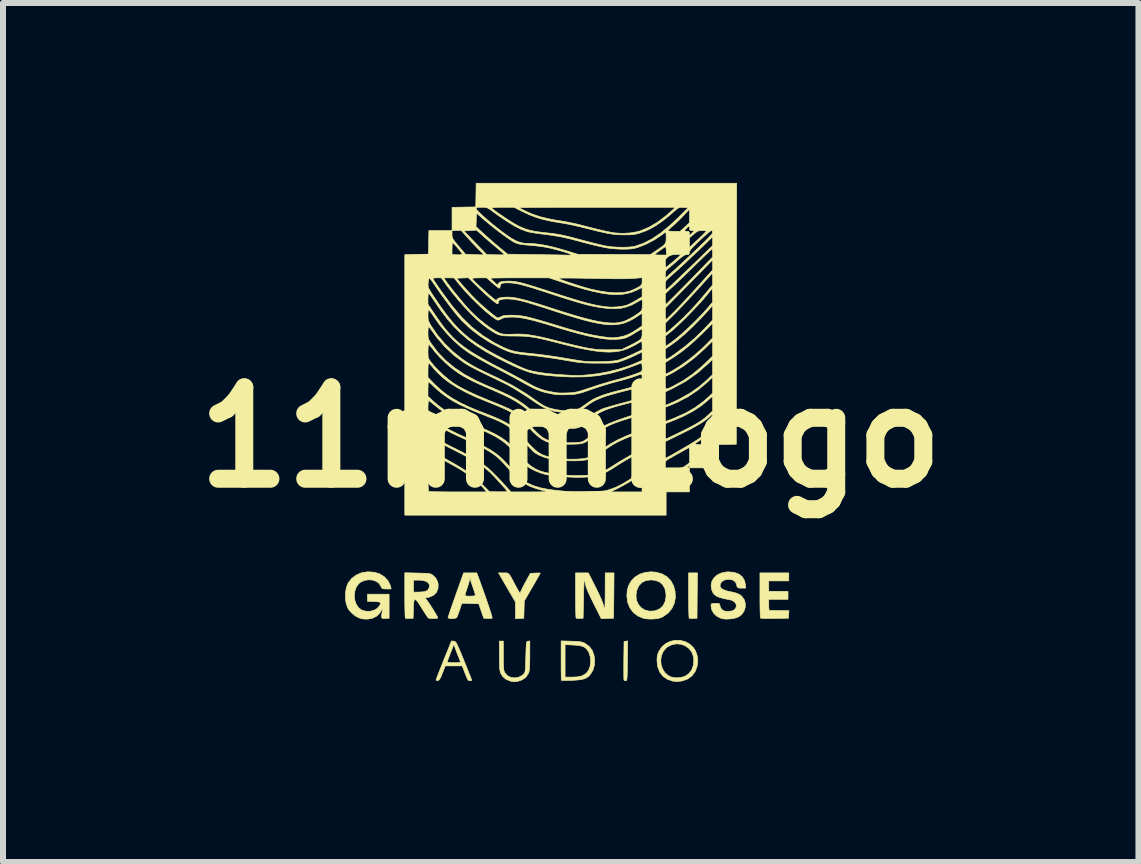
<source format=kicad_pcb>
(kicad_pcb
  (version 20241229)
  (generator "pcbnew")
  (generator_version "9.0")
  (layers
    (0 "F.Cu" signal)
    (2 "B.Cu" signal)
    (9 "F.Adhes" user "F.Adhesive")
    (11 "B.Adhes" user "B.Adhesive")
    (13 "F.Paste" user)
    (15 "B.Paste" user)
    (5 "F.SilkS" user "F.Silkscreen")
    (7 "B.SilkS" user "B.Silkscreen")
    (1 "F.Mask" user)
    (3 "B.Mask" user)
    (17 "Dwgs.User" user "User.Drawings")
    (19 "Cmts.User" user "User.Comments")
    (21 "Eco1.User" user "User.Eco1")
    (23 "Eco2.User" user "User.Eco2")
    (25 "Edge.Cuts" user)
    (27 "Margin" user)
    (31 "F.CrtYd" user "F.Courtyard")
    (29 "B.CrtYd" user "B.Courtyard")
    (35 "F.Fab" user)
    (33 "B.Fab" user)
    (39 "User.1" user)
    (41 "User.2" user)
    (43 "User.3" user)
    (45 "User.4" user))
  (footprint "11mmLogo"
    (layer "F.Cu")
    (at 6.466 4.243)
    (property "Reference" "11mmLogo" (at 0 0 0) (layer "F.SilkS") (effects (font (size 1.524 1.524) (thickness 0.3))))
    (attr through_hole)
    (fp_poly (pts (xy 2.109 2.637) (xy 2.106 3.015) (xy 2.045 3.019) (xy 2.006 3.019) (xy 1.98 3.016) (xy 1.975 3.013) (xy 1.972 2.998) (xy 1.97 2.959) (xy 1.968 2.901) (xy 1.967 2.826) (xy 1.966 2.739) (xy 1.965 2.643) (xy 1.965 2.631) (xy 1.965 2.259) (xy 2.113 2.259) (xy 2.109 2.637)) (stroke (width 0.01) (type solid)) (fill yes) (layer "F.SilkS"))
    (fp_poly (pts (xy 0.946 3.724) (xy 0.945 3.827) (xy 0.943 3.906) (xy 0.942 3.964) (xy 0.939 4.006) (xy 0.936 4.032) (xy 0.932 4.048) (xy 0.926 4.056) (xy 0.918 4.058) (xy 0.895 4.054) (xy 0.888 4.046) (xy 0.886 4.029) (xy 0.885 3.988) (xy 0.885 3.929) (xy 0.884 3.855) (xy 0.885 3.771) (xy 0.885 3.716) (xy 0.889 3.402) (xy 0.919 3.398) (xy 0.95 3.394) (xy 0.946 3.724)) (stroke (width 0.01) (type solid)) (fill yes) (layer "F.SilkS"))
    (fp_poly (pts (xy 3.636 2.393) (xy 3.302 2.393) (xy 3.302 2.567) (xy 3.623 2.567) (xy 3.623 2.7) (xy 3.302 2.7) (xy 3.302 2.794) (xy 3.303 2.84) (xy 3.307 2.873) (xy 3.312 2.886) (xy 3.312 2.886) (xy 3.329 2.886) (xy 3.366 2.885) (xy 3.419 2.886) (xy 3.48 2.886) (xy 3.638 2.888) (xy 3.634 2.951) (xy 3.63 3.015) (xy 3.401 3.018) (xy 3.326 3.019) (xy 3.26 3.019) (xy 3.208 3.017) (xy 3.174 3.015) (xy 3.164 3.013) (xy 3.162 2.997) (xy 3.16 2.959) (xy 3.158 2.901) (xy 3.156 2.826) (xy 3.155 2.739) (xy 3.155 2.643) (xy 3.155 2.631) (xy 3.155 2.259) (xy 3.636 2.259) (xy 3.636 2.393)) (stroke (width 0.01) (type solid)) (fill yes) (layer "F.SilkS"))
    (fp_poly (pts (xy -1.066 2.26) (xy -1.048 2.265) (xy -1.031 2.278) (xy -1.013 2.301) (xy -0.991 2.338) (xy -0.962 2.392) (xy -0.924 2.465) (xy -0.914 2.483) (xy -0.886 2.534) (xy -0.863 2.573) (xy -0.848 2.595) (xy -0.842 2.597) (xy -0.842 2.597) (xy -0.836 2.577) (xy -0.819 2.539) (xy -0.794 2.488) (xy -0.763 2.429) (xy -0.758 2.42) (xy -0.673 2.266) (xy -0.591 2.262) (xy -0.548 2.261) (xy -0.518 2.261) (xy -0.508 2.264) (xy -0.514 2.276) (xy -0.532 2.309) (xy -0.56 2.357) (xy -0.594 2.417) (xy -0.634 2.487) (xy -0.641 2.498) (xy -0.774 2.728) (xy -0.778 2.871) (xy -0.782 3.015) (xy -0.852 3.019) (xy -0.922 3.023) (xy -0.922 2.743) (xy -1.031 2.558) (xy -1.07 2.49) (xy -1.108 2.425) (xy -1.14 2.37) (xy -1.164 2.329) (xy -1.171 2.316) (xy -1.204 2.259) (xy -1.12 2.259) (xy -1.09 2.259) (xy -1.066 2.26)) (stroke (width 0.01) (type solid)) (fill yes) (layer "F.SilkS"))
    (fp_poly (pts (xy 0.417 2.503) (xy 0.468 2.607) (xy 0.507 2.692) (xy 0.534 2.759) (xy 0.551 2.812) (xy 0.556 2.834) (xy 0.561 2.859) (xy 0.565 2.872) (xy 0.568 2.87) (xy 0.57 2.853) (xy 0.571 2.817) (xy 0.572 2.761) (xy 0.573 2.682) (xy 0.574 2.59) (xy 0.575 2.259) (xy 0.722 2.259) (xy 0.719 2.637) (xy 0.715 3.015) (xy 0.509 3.022) (xy 0.381 2.767) (xy 0.327 2.657) (xy 0.287 2.569) (xy 0.26 2.503) (xy 0.247 2.457) (xy 0.246 2.449) (xy 0.239 2.403) (xy 0.234 2.378) (xy 0.229 2.377) (xy 0.225 2.399) (xy 0.221 2.446) (xy 0.218 2.517) (xy 0.215 2.614) (xy 0.214 2.68) (xy 0.207 3.015) (xy 0.153 3.019) (xy 0.117 3.019) (xy 0.093 3.015) (xy 0.09 3.013) (xy 0.087 2.998) (xy 0.085 2.959) (xy 0.083 2.901) (xy 0.082 2.826) (xy 0.081 2.739) (xy 0.08 2.643) (xy 0.08 2.631) (xy 0.08 2.259) (xy 0.294 2.259) (xy 0.417 2.503)) (stroke (width 0.01) (type solid)) (fill yes) (layer "F.SilkS"))
    (fp_poly (pts (xy 0.01 3.398) (xy 0.086 3.401) (xy 0.141 3.405) (xy 0.181 3.412) (xy 0.211 3.421) (xy 0.234 3.431) (xy 0.306 3.483) (xy 0.358 3.549) (xy 0.388 3.633) (xy 0.398 3.696) (xy 0.396 3.792) (xy 0.373 3.875) (xy 0.336 3.939) (xy 0.304 3.978) (xy 0.268 4.006) (xy 0.224 4.026) (xy 0.167 4.039) (xy 0.091 4.047) (xy 0.022 4.051) (xy -0.043 4.053) (xy -0.097 4.054) (xy -0.136 4.053) (xy -0.154 4.052) (xy -0.155 4.052) (xy -0.156 4.037) (xy -0.158 4) (xy -0.159 3.943) (xy -0.16 3.871) (xy -0.16 3.787) (xy -0.16 3.72) (xy -0.16 3.456) (xy -0.094 3.456) (xy -0.094 3.726) (xy -0.094 3.997) (xy 0.02 3.997) (xy 0.099 3.994) (xy 0.16 3.984) (xy 0.184 3.977) (xy 0.223 3.957) (xy 0.255 3.936) (xy 0.259 3.933) (xy 0.298 3.882) (xy 0.323 3.815) (xy 0.332 3.739) (xy 0.327 3.662) (xy 0.305 3.591) (xy 0.281 3.548) (xy 0.25 3.514) (xy 0.214 3.491) (xy 0.165 3.475) (xy 0.099 3.466) (xy 0.044 3.462) (xy -0.094 3.456) (xy -0.16 3.456) (xy -0.16 3.393) (xy 0.01 3.398)) (stroke (width 0.01) (type solid)) (fill yes) (layer "F.SilkS"))
    (fp_poly (pts (xy 1.827 3.385) (xy 1.908 3.405) (xy 1.981 3.445) (xy 2.044 3.503) (xy 2.081 3.56) (xy 2.111 3.645) (xy 2.119 3.735) (xy 2.106 3.824) (xy 2.073 3.906) (xy 2.022 3.975) (xy 2.017 3.98) (xy 1.945 4.03) (xy 1.86 4.061) (xy 1.768 4.071) (xy 1.702 4.064) (xy 1.612 4.033) (xy 1.54 3.984) (xy 1.486 3.916) (xy 1.452 3.831) (xy 1.439 3.732) (xy 1.439 3.723) (xy 1.439 3.718) (xy 1.501 3.718) (xy 1.508 3.794) (xy 1.533 3.865) (xy 1.574 3.927) (xy 1.63 3.974) (xy 1.682 3.997) (xy 1.756 4.009) (xy 1.834 4.004) (xy 1.904 3.984) (xy 1.909 3.982) (xy 1.972 3.937) (xy 2.018 3.875) (xy 2.045 3.799) (xy 2.052 3.713) (xy 2.044 3.649) (xy 2.017 3.576) (xy 1.97 3.518) (xy 1.909 3.475) (xy 1.839 3.449) (xy 1.765 3.442) (xy 1.69 3.455) (xy 1.619 3.489) (xy 1.589 3.512) (xy 1.54 3.573) (xy 1.511 3.643) (xy 1.501 3.718) (xy 1.439 3.718) (xy 1.441 3.66) (xy 1.452 3.611) (xy 1.472 3.563) (xy 1.522 3.49) (xy 1.587 3.436) (xy 1.663 3.4) (xy 1.744 3.383) (xy 1.827 3.385)) (stroke (width 0.01) (type solid)) (fill yes) (layer "F.SilkS"))
    (fp_poly (pts (xy -0.682 3.639) (xy -0.683 3.729) (xy -0.684 3.797) (xy -0.687 3.847) (xy -0.691 3.884) (xy -0.697 3.912) (xy -0.706 3.936) (xy -0.707 3.938) (xy -0.748 3.999) (xy -0.809 4.042) (xy -0.87 4.063) (xy -0.911 4.072) (xy -0.939 4.075) (xy -0.967 4.071) (xy -1.007 4.063) (xy -1.08 4.033) (xy -1.136 3.984) (xy -1.164 3.938) (xy -1.173 3.915) (xy -1.18 3.888) (xy -1.185 3.852) (xy -1.187 3.803) (xy -1.189 3.738) (xy -1.189 3.65) (xy -1.189 3.64) (xy -1.19 3.396) (xy -1.123 3.396) (xy -1.123 3.64) (xy -1.123 3.727) (xy -1.122 3.793) (xy -1.119 3.84) (xy -1.116 3.874) (xy -1.11 3.898) (xy -1.102 3.917) (xy -1.096 3.928) (xy -1.054 3.974) (xy -0.998 4.001) (xy -0.935 4.01) (xy -0.871 4) (xy -0.812 3.97) (xy -0.782 3.944) (xy -0.773 3.931) (xy -0.765 3.915) (xy -0.76 3.89) (xy -0.756 3.854) (xy -0.753 3.802) (xy -0.751 3.73) (xy -0.749 3.658) (xy -0.746 3.57) (xy -0.744 3.504) (xy -0.741 3.458) (xy -0.738 3.429) (xy -0.733 3.411) (xy -0.726 3.402) (xy -0.717 3.399) (xy -0.712 3.398) (xy -0.682 3.394) (xy -0.682 3.639)) (stroke (width 0.01) (type solid)) (fill yes) (layer "F.SilkS"))
    (fp_poly (pts (xy 1.419 2.247) (xy 1.52 2.275) (xy 1.604 2.322) (xy 1.669 2.389) (xy 1.715 2.474) (xy 1.739 2.56) (xy 1.746 2.666) (xy 1.728 2.764) (xy 1.687 2.852) (xy 1.625 2.928) (xy 1.541 2.988) (xy 1.504 3.006) (xy 1.456 3.02) (xy 1.391 3.027) (xy 1.321 3.029) (xy 1.255 3.025) (xy 1.214 3.017) (xy 1.12 2.978) (xy 1.044 2.919) (xy 0.987 2.843) (xy 0.95 2.753) (xy 0.936 2.649) (xy 0.936 2.636) (xy 0.936 2.636) (xy 1.088 2.636) (xy 1.097 2.715) (xy 1.127 2.784) (xy 1.173 2.839) (xy 1.234 2.877) (xy 1.307 2.897) (xy 1.389 2.894) (xy 1.42 2.887) (xy 1.489 2.855) (xy 1.541 2.804) (xy 1.575 2.735) (xy 1.589 2.653) (xy 1.588 2.609) (xy 1.571 2.524) (xy 1.535 2.458) (xy 1.48 2.41) (xy 1.408 2.383) (xy 1.335 2.376) (xy 1.252 2.387) (xy 1.186 2.42) (xy 1.136 2.473) (xy 1.102 2.548) (xy 1.101 2.55) (xy 1.088 2.636) (xy 0.936 2.636) (xy 0.942 2.551) (xy 0.962 2.478) (xy 1 2.408) (xy 1.006 2.398) (xy 1.067 2.332) (xy 1.145 2.283) (xy 1.237 2.252) (xy 1.337 2.241) (xy 1.419 2.247)) (stroke (width 0.01) (type solid)) (fill yes) (layer "F.SilkS"))
    (fp_poly (pts (xy -1.949 3.398) (xy -1.937 3.4) (xy -1.926 3.406) (xy -1.914 3.418) (xy -1.901 3.439) (xy -1.885 3.472) (xy -1.864 3.519) (xy -1.836 3.584) (xy -1.801 3.67) (xy -1.778 3.726) (xy -1.743 3.813) (xy -1.712 3.891) (xy -1.685 3.957) (xy -1.665 4.008) (xy -1.653 4.041) (xy -1.649 4.052) (xy -1.675 4.057) (xy -1.701 4.055) (xy -1.707 4.053) (xy -1.717 4.037) (xy -1.733 4.002) (xy -1.753 3.955) (xy -1.764 3.927) (xy -1.809 3.81) (xy -2.092 3.81) (xy -2.139 3.929) (xy -2.162 3.988) (xy -2.181 4.025) (xy -2.197 4.046) (xy -2.214 4.054) (xy -2.215 4.054) (xy -2.239 4.054) (xy -2.246 4.046) (xy -2.241 4.03) (xy -2.227 3.992) (xy -2.206 3.937) (xy -2.179 3.868) (xy -2.147 3.788) (xy -2.129 3.744) (xy -2.059 3.744) (xy -2.047 3.749) (xy -2.015 3.753) (xy -1.973 3.756) (xy -1.927 3.757) (xy -1.884 3.756) (xy -1.853 3.753) (xy -1.842 3.749) (xy -1.842 3.733) (xy -1.853 3.702) (xy -1.866 3.669) (xy -1.89 3.612) (xy -1.913 3.55) (xy -1.923 3.523) (xy -1.948 3.449) (xy -2.003 3.59) (xy -2.025 3.648) (xy -2.043 3.696) (xy -2.055 3.73) (xy -2.059 3.744) (xy -2.129 3.744) (xy -2.117 3.713) (xy -1.988 3.394) (xy -1.949 3.398)) (stroke (width 0.01) (type solid)) (fill yes) (layer "F.SilkS"))
    (fp_poly (pts (xy -1.545 2.316) (xy -1.506 2.421) (xy -1.469 2.525) (xy -1.432 2.628) (xy -1.399 2.724) (xy -1.369 2.811) (xy -1.344 2.887) (xy -1.325 2.947) (xy -1.313 2.989) (xy -1.309 3.01) (xy -1.309 3.012) (xy -1.328 3.018) (xy -1.363 3.019) (xy -1.385 3.019) (xy -1.45 3.015) (xy -1.534 2.774) (xy -1.675 2.77) (xy -1.816 2.766) (xy -1.852 2.877) (xy -1.87 2.929) (xy -1.887 2.973) (xy -1.899 3) (xy -1.902 3.005) (xy -1.922 3.014) (xy -1.959 3.02) (xy -1.98 3.021) (xy -2.025 3.018) (xy -2.045 3.008) (xy -2.046 3.005) (xy -2.041 2.988) (xy -2.029 2.95) (xy -2.01 2.893) (xy -1.985 2.821) (xy -1.956 2.737) (xy -1.923 2.645) (xy -1.92 2.636) (xy -1.765 2.636) (xy -1.752 2.642) (xy -1.721 2.646) (xy -1.678 2.647) (xy -1.628 2.645) (xy -1.601 2.64) (xy -1.591 2.631) (xy -1.591 2.628) (xy -1.595 2.606) (xy -1.607 2.568) (xy -1.623 2.52) (xy -1.626 2.511) (xy -1.645 2.458) (xy -1.661 2.409) (xy -1.671 2.375) (xy -1.672 2.373) (xy -1.679 2.35) (xy -1.683 2.354) (xy -1.683 2.36) (xy -1.688 2.385) (xy -1.699 2.427) (xy -1.716 2.48) (xy -1.725 2.507) (xy -1.742 2.559) (xy -1.756 2.603) (xy -1.763 2.63) (xy -1.765 2.636) (xy -1.92 2.636) (xy -1.916 2.624) (xy -1.786 2.259) (xy -1.566 2.259) (xy -1.545 2.316)) (stroke (width 0.01) (type solid)) (fill yes) (layer "F.SilkS"))
    (fp_poly (pts (xy -3.278 2.248) (xy -3.276 2.248) (xy -3.185 2.276) (xy -3.109 2.323) (xy -3.049 2.386) (xy -3.01 2.463) (xy -3.003 2.49) (xy -2.994 2.527) (xy -3.072 2.527) (xy -3.116 2.526) (xy -3.141 2.521) (xy -3.154 2.508) (xy -3.165 2.484) (xy -3.166 2.481) (xy -3.196 2.434) (xy -3.244 2.4) (xy -3.304 2.379) (xy -3.37 2.374) (xy -3.437 2.384) (xy -3.497 2.41) (xy -3.535 2.439) (xy -3.576 2.497) (xy -3.6 2.566) (xy -3.608 2.64) (xy -3.6 2.715) (xy -3.576 2.783) (xy -3.538 2.839) (xy -3.486 2.878) (xy -3.485 2.879) (xy -3.419 2.898) (xy -3.35 2.9) (xy -3.284 2.884) (xy -3.228 2.853) (xy -3.194 2.815) (xy -3.175 2.782) (xy -3.171 2.76) (xy -3.183 2.748) (xy -3.217 2.741) (xy -3.273 2.738) (xy -3.279 2.738) (xy -3.389 2.734) (xy -3.389 2.614) (xy -3.028 2.614) (xy -3.028 3.015) (xy -3.091 3.019) (xy -3.126 3.02) (xy -3.147 3.013) (xy -3.155 2.996) (xy -3.153 2.962) (xy -3.143 2.906) (xy -3.143 2.904) (xy -3.137 2.867) (xy -3.138 2.855) (xy -3.148 2.867) (xy -3.167 2.903) (xy -3.193 2.939) (xy -3.23 2.975) (xy -3.245 2.986) (xy -3.308 3.016) (xy -3.385 3.03) (xy -3.466 3.027) (xy -3.516 3.015) (xy -3.582 2.983) (xy -3.645 2.935) (xy -3.697 2.878) (xy -3.717 2.846) (xy -3.744 2.771) (xy -3.757 2.683) (xy -3.756 2.591) (xy -3.741 2.505) (xy -3.713 2.432) (xy -3.71 2.426) (xy -3.651 2.351) (xy -3.575 2.294) (xy -3.485 2.256) (xy -3.385 2.241) (xy -3.278 2.248)) (stroke (width 0.01) (type solid)) (fill yes) (layer "F.SilkS"))
    (fp_poly (pts (xy -2.554 2.262) (xy -2.473 2.264) (xy -2.413 2.266) (xy -2.371 2.27) (xy -2.343 2.275) (xy -2.322 2.282) (xy -2.306 2.293) (xy -2.304 2.294) (xy -2.249 2.347) (xy -2.218 2.409) (xy -2.21 2.449) (xy -2.213 2.522) (xy -2.239 2.584) (xy -2.287 2.632) (xy -2.353 2.662) (xy -2.385 2.669) (xy -2.417 2.676) (xy -2.425 2.684) (xy -2.417 2.692) (xy -2.402 2.709) (xy -2.378 2.742) (xy -2.348 2.786) (xy -2.315 2.837) (xy -2.283 2.888) (xy -2.254 2.937) (xy -2.231 2.977) (xy -2.218 3.003) (xy -2.216 3.012) (xy -2.239 3.017) (xy -2.276 3.019) (xy -2.318 3.019) (xy -2.354 3.016) (xy -2.374 3.012) (xy -2.386 2.997) (xy -2.409 2.964) (xy -2.439 2.917) (xy -2.474 2.862) (xy -2.481 2.851) (xy -2.526 2.779) (xy -2.561 2.73) (xy -2.586 2.705) (xy -2.603 2.703) (xy -2.613 2.725) (xy -2.62 2.771) (xy -2.623 2.841) (xy -2.623 2.857) (xy -2.627 3.015) (xy -2.688 3.019) (xy -2.726 3.019) (xy -2.753 3.016) (xy -2.758 3.013) (xy -2.76 2.998) (xy -2.762 2.959) (xy -2.764 2.901) (xy -2.766 2.826) (xy -2.767 2.739) (xy -2.767 2.642) (xy -2.767 2.63) (xy -2.767 2.38) (xy -2.62 2.38) (xy -2.62 2.58) (xy -2.537 2.579) (xy -2.486 2.577) (xy -2.442 2.572) (xy -2.42 2.568) (xy -2.383 2.545) (xy -2.36 2.507) (xy -2.356 2.462) (xy -2.358 2.455) (xy -2.38 2.419) (xy -2.426 2.395) (xy -2.492 2.382) (xy -2.54 2.38) (xy -2.62 2.38) (xy -2.767 2.38) (xy -2.767 2.257) (xy -2.554 2.262)) (stroke (width 0.01) (type solid)) (fill yes) (layer "F.SilkS"))
    (fp_poly (pts (xy 2.727 2.251) (xy 2.803 2.279) (xy 2.86 2.324) (xy 2.897 2.384) (xy 2.911 2.448) (xy 2.918 2.513) (xy 2.849 2.513) (xy 2.807 2.512) (xy 2.784 2.504) (xy 2.771 2.483) (xy 2.762 2.443) (xy 2.741 2.405) (xy 2.704 2.38) (xy 2.657 2.368) (xy 2.605 2.368) (xy 2.557 2.381) (xy 2.518 2.405) (xy 2.494 2.442) (xy 2.493 2.449) (xy 2.49 2.483) (xy 2.503 2.507) (xy 2.518 2.522) (xy 2.551 2.541) (xy 2.598 2.558) (xy 2.63 2.566) (xy 2.707 2.582) (xy 2.763 2.597) (xy 2.805 2.615) (xy 2.837 2.635) (xy 2.856 2.653) (xy 2.895 2.709) (xy 2.912 2.773) (xy 2.909 2.84) (xy 2.886 2.904) (xy 2.844 2.959) (xy 2.793 2.995) (xy 2.737 3.014) (xy 2.667 3.026) (xy 2.594 3.03) (xy 2.53 3.024) (xy 2.513 3.02) (xy 2.443 2.987) (xy 2.388 2.938) (xy 2.352 2.877) (xy 2.339 2.808) (xy 2.339 2.808) (xy 2.341 2.785) (xy 2.349 2.773) (xy 2.37 2.768) (xy 2.411 2.767) (xy 2.413 2.767) (xy 2.455 2.768) (xy 2.477 2.773) (xy 2.485 2.784) (xy 2.487 2.801) (xy 2.496 2.834) (xy 2.518 2.867) (xy 2.519 2.868) (xy 2.545 2.888) (xy 2.577 2.898) (xy 2.624 2.901) (xy 2.625 2.901) (xy 2.689 2.894) (xy 2.732 2.872) (xy 2.757 2.833) (xy 2.761 2.818) (xy 2.758 2.78) (xy 2.733 2.745) (xy 2.691 2.718) (xy 2.652 2.707) (xy 2.556 2.689) (xy 2.483 2.669) (xy 2.43 2.646) (xy 2.392 2.616) (xy 2.366 2.579) (xy 2.352 2.545) (xy 2.34 2.472) (xy 2.352 2.404) (xy 2.386 2.345) (xy 2.439 2.296) (xy 2.508 2.262) (xy 2.592 2.244) (xy 2.634 2.242) (xy 2.727 2.251)) (stroke (width 0.01) (type solid)) (fill yes) (layer "F.SilkS"))
    (fp_poly (pts (xy 2.761 0.114) (xy 2.38 0.121) (xy 2.38 0.508) (xy 1.979 0.508) (xy 1.979 0.909) (xy 1.591 0.909) (xy 1.591 1.297) (xy -2.767 1.297) (xy -2.767 0.564) (xy -2.379 0.564) (xy -2.379 0.644) (xy -2.378 0.721) (xy -2.377 0.789) (xy -2.375 0.845) (xy -2.373 0.883) (xy -2.371 0.9) (xy -2.371 0.9) (xy -2.356 0.902) (xy -2.317 0.904) (xy -2.258 0.906) (xy -2.181 0.907) (xy -2.09 0.908) (xy -1.987 0.909) (xy -1.882 0.909) (xy -1.402 0.909) (xy -1.438 0.863) (xy -1.469 0.828) (xy -1.516 0.783) (xy -1.575 0.731) (xy -1.639 0.678) (xy -1.704 0.627) (xy -1.763 0.584) (xy -1.771 0.579) (xy -1.819 0.548) (xy -1.88 0.511) (xy -1.945 0.473) (xy -1.979 0.455) (xy -2.049 0.416) (xy -2.13 0.371) (xy -2.207 0.328) (xy -2.235 0.313) (xy -2.287 0.284) (xy -2.331 0.26) (xy -2.361 0.245) (xy -2.372 0.241) (xy -2.374 0.253) (xy -2.376 0.288) (xy -2.378 0.341) (xy -2.379 0.408) (xy -2.379 0.483) (xy -2.379 0.564) (xy -2.767 0.564) (xy -2.767 0.119) (xy -2.38 0.119) (xy -2.379 0.144) (xy -2.375 0.166) (xy -2.365 0.186) (xy -2.346 0.205) (xy -2.317 0.228) (xy -2.273 0.255) (xy -2.214 0.289) (xy -2.136 0.332) (xy -2.059 0.374) (xy -1.941 0.44) (xy -1.843 0.498) (xy -1.761 0.549) (xy -1.691 0.596) (xy -1.629 0.644) (xy -1.571 0.693) (xy -1.513 0.748) (xy -1.484 0.776) (xy -1.357 0.904) (xy -1.206 0.907) (xy -1.147 0.907) (xy -1.098 0.906) (xy -1.066 0.904) (xy -1.056 0.901) (xy -1.065 0.888) (xy -1.088 0.86) (xy -1.123 0.82) (xy -1.165 0.773) (xy -1.211 0.723) (xy -1.257 0.673) (xy -1.3 0.628) (xy -1.336 0.591) (xy -1.344 0.584) (xy -1.411 0.525) (xy -1.495 0.464) (xy -1.597 0.399) (xy -1.72 0.328) (xy -1.865 0.252) (xy -1.944 0.212) (xy -2.029 0.169) (xy -2.109 0.128) (xy -2.181 0.09) (xy -2.239 0.059) (xy -2.281 0.035) (xy -2.295 0.026) (xy -2.331 0.004) (xy -2.358 -0.01) (xy -2.367 -0.013) (xy -2.373 -0.001) (xy -2.377 0.031) (xy -2.38 0.077) (xy -2.38 0.086) (xy -2.38 0.119) (xy -2.767 0.119) (xy -2.767 -0.195) (xy -2.38 -0.195) (xy -2.378 -0.133) (xy -2.373 -0.092) (xy -2.364 -0.068) (xy -2.359 -0.061) (xy -2.333 -0.039) (xy -2.298 -0.014) (xy -2.251 0.016) (xy -2.19 0.05) (xy -2.111 0.092) (xy -2.013 0.143) (xy -1.925 0.187) (xy -1.796 0.252) (xy -1.688 0.309) (xy -1.596 0.36) (xy -1.516 0.41) (xy -1.445 0.46) (xy -1.378 0.513) (xy -1.312 0.573) (xy -1.242 0.643) (xy -1.164 0.725) (xy -1.096 0.799) (xy -0.996 0.909) (xy -0.69 0.909) (xy -0.603 0.909) (xy -0.561 0.909) (xy 0.662 0.909) (xy 1.188 0.909) (xy 1.192 0.762) (xy 1.193 0.703) (xy 1.192 0.655) (xy 1.189 0.624) (xy 1.185 0.615) (xy 1.17 0.622) (xy 1.137 0.641) (xy 1.092 0.669) (xy 1.039 0.703) (xy 1.038 0.704) (xy 0.97 0.747) (xy 0.894 0.791) (xy 0.822 0.83) (xy 0.782 0.851) (xy 0.662 0.909) (xy -0.561 0.909) (xy -0.526 0.908) (xy -0.463 0.907) (xy -0.417 0.906) (xy -0.392 0.904) (xy -0.389 0.903) (xy -0.404 0.898) (xy -0.438 0.889) (xy -0.485 0.879) (xy -0.495 0.876) (xy -0.556 0.86) (xy -0.627 0.836) (xy -0.694 0.808) (xy -0.706 0.802) (xy -0.762 0.772) (xy -0.817 0.735) (xy -0.874 0.689) (xy -0.937 0.629) (xy -1.009 0.554) (xy -1.093 0.46) (xy -1.107 0.444) (xy -1.162 0.386) (xy -1.22 0.332) (xy -1.286 0.281) (xy -1.362 0.231) (xy -1.451 0.18) (xy -1.556 0.126) (xy -1.682 0.067) (xy -1.783 0.021) (xy -1.9 -0.032) (xy -1.996 -0.078) (xy -2.076 -0.119) (xy -2.144 -0.158) (xy -2.206 -0.197) (xy -2.264 -0.24) (xy -2.267 -0.242) (xy -2.309 -0.272) (xy -2.343 -0.295) (xy -2.364 -0.307) (xy -2.367 -0.307) (xy -2.373 -0.295) (xy -2.377 -0.262) (xy -2.379 -0.215) (xy -2.38 -0.195) (xy -2.767 -0.195) (xy -2.767 -0.497) (xy -2.38 -0.497) (xy -2.379 -0.441) (xy -2.377 -0.403) (xy -2.37 -0.379) (xy -2.357 -0.36) (xy -2.337 -0.34) (xy -2.336 -0.339) (xy -2.27 -0.282) (xy -2.196 -0.228) (xy -2.111 -0.175) (xy -2.01 -0.121) (xy -1.891 -0.062) (xy -1.798 -0.02) (xy -1.654 0.046) (xy -1.532 0.104) (xy -1.429 0.157) (xy -1.341 0.207) (xy -1.266 0.256) (xy -1.199 0.307) (xy -1.139 0.361) (xy -1.081 0.42) (xy -1.022 0.487) (xy -1.013 0.498) (xy -0.963 0.556) (xy -0.912 0.611) (xy -0.864 0.659) (xy -0.827 0.691) (xy -0.826 0.692) (xy -0.731 0.755) (xy -0.624 0.804) (xy -0.5 0.842) (xy -0.357 0.869) (xy -0.261 0.881) (xy -0.196 0.888) (xy -0.138 0.894) (xy -0.094 0.899) (xy -0.074 0.901) (xy -0.049 0.902) (xy -0.001 0.903) (xy 0.063 0.904) (xy 0.141 0.904) (xy 0.228 0.904) (xy 0.261 0.903) (xy 0.36 0.902) (xy 0.436 0.9) (xy 0.495 0.898) (xy 0.541 0.894) (xy 0.578 0.889) (xy 0.61 0.881) (xy 0.644 0.871) (xy 0.648 0.87) (xy 0.71 0.848) (xy 0.768 0.824) (xy 0.827 0.795) (xy 0.893 0.758) (xy 0.971 0.71) (xy 1.033 0.671) (xy 1.19 0.569) (xy 1.19 0.449) (xy 1.577 0.449) (xy 1.577 0.508) (xy 1.723 0.508) (xy 1.788 0.508) (xy 1.832 0.506) (xy 1.846 0.504) (xy 1.942 0.504) (xy 1.955 0.508) (xy 1.956 0.508) (xy 1.979 0.501) (xy 1.985 0.496) (xy 1.986 0.48) (xy 1.973 0.476) (xy 1.955 0.485) (xy 1.952 0.488) (xy 1.942 0.504) (xy 1.846 0.504) (xy 1.863 0.501) (xy 1.886 0.492) (xy 1.908 0.478) (xy 1.926 0.465) (xy 1.982 0.421) (xy 1.981 0.297) (xy 1.981 0.243) (xy 1.979 0.2) (xy 1.977 0.175) (xy 1.976 0.171) (xy 1.964 0.176) (xy 1.933 0.191) (xy 1.889 0.215) (xy 1.852 0.236) (xy 1.79 0.27) (xy 1.727 0.306) (xy 1.674 0.336) (xy 1.654 0.347) (xy 1.613 0.371) (xy 1.59 0.389) (xy 1.58 0.408) (xy 1.578 0.436) (xy 1.577 0.449) (xy 1.19 0.449) (xy 1.19 0.405) (xy 1.189 0.342) (xy 1.187 0.291) (xy 1.185 0.255) (xy 1.181 0.241) (xy 1.181 0.241) (xy 1.163 0.247) (xy 1.126 0.265) (xy 1.076 0.291) (xy 1.017 0.324) (xy 0.954 0.359) (xy 0.891 0.396) (xy 0.834 0.431) (xy 0.785 0.461) (xy 0.775 0.468) (xy 0.675 0.532) (xy 0.589 0.581) (xy 0.508 0.616) (xy 0.428 0.64) (xy 0.342 0.655) (xy 0.242 0.663) (xy 0.221 0.664) (xy 0.121 0.666) (xy 0.007 0.663) (xy -0.111 0.657) (xy -0.226 0.647) (xy -0.33 0.634) (xy -0.406 0.621) (xy -0.499 0.595) (xy -0.592 0.558) (xy -0.676 0.514) (xy -0.717 0.486) (xy -0.743 0.462) (xy -0.781 0.423) (xy -0.828 0.372) (xy -0.878 0.315) (xy -0.898 0.291) (xy -0.964 0.216) (xy -1.027 0.152) (xy -1.092 0.095) (xy -1.163 0.043) (xy -1.242 -0.007) (xy -1.335 -0.056) (xy -1.443 -0.107) (xy -1.572 -0.162) (xy -1.651 -0.195) (xy -1.796 -0.255) (xy -1.919 -0.312) (xy -2.024 -0.367) (xy -2.117 -0.424) (xy -2.202 -0.483) (xy -2.279 -0.546) (xy -2.318 -0.578) (xy -2.35 -0.602) (xy -2.368 -0.614) (xy -2.37 -0.615) (xy -2.374 -0.603) (xy -2.377 -0.57) (xy -2.379 -0.522) (xy -2.38 -0.497) (xy -2.767 -0.497) (xy -2.767 -0.801) (xy -2.38 -0.801) (xy -2.38 -0.685) (xy -2.29 -0.601) (xy -2.21 -0.533) (xy -2.114 -0.463) (xy -2.013 -0.397) (xy -1.917 -0.343) (xy -1.915 -0.342) (xy -1.88 -0.326) (xy -1.825 -0.301) (xy -1.757 -0.272) (xy -1.681 -0.24) (xy -1.618 -0.214) (xy -1.483 -0.158) (xy -1.369 -0.108) (xy -1.274 -0.062) (xy -1.194 -0.018) (xy -1.125 0.026) (xy -1.063 0.072) (xy -1.006 0.124) (xy -0.949 0.182) (xy -0.89 0.25) (xy -0.883 0.258) (xy -0.8 0.352) (xy -0.727 0.426) (xy -0.657 0.483) (xy -0.588 0.526) (xy -0.513 0.559) (xy -0.429 0.584) (xy -0.38 0.594) (xy -0.283 0.611) (xy -0.174 0.623) (xy -0.059 0.631) (xy 0.057 0.636) (xy 0.169 0.636) (xy 0.27 0.632) (xy 0.356 0.624) (xy 0.421 0.611) (xy 0.481 0.592) (xy 0.539 0.568) (xy 0.6 0.537) (xy 0.672 0.495) (xy 0.753 0.443) (xy 0.827 0.397) (xy 0.911 0.348) (xy 0.993 0.301) (xy 1.044 0.274) (xy 1.19 0.199) (xy 1.19 0.069) (xy 1.577 0.069) (xy 1.577 0.208) (xy 1.578 0.266) (xy 1.579 0.311) (xy 1.581 0.34) (xy 1.583 0.348) (xy 1.596 0.341) (xy 1.628 0.324) (xy 1.677 0.297) (xy 1.737 0.263) (xy 1.806 0.223) (xy 1.814 0.219) (xy 1.939 0.146) (xy 1.998 0.11) (xy 2.073 0.11) (xy 2.085 0.114) (xy 2.119 0.118) (xy 2.168 0.12) (xy 2.219 0.12) (xy 2.366 0.12) (xy 2.366 0.007) (xy 2.365 -0.045) (xy 2.363 -0.084) (xy 2.36 -0.105) (xy 2.358 -0.107) (xy 2.345 -0.099) (xy 2.318 -0.078) (xy 2.288 -0.052) (xy 2.242 -0.014) (xy 2.186 0.026) (xy 2.15 0.051) (xy 2.112 0.077) (xy 2.084 0.098) (xy 2.073 0.11) (xy 2.073 0.11) (xy 1.998 0.11) (xy 2.043 0.083) (xy 2.131 0.026) (xy 2.205 -0.027) (xy 2.269 -0.078) (xy 2.296 -0.101) (xy 2.366 -0.162) (xy 2.366 -0.391) (xy 2.312 -0.341) (xy 2.255 -0.295) (xy 2.185 -0.246) (xy 2.099 -0.195) (xy 1.995 -0.137) (xy 1.869 -0.074) (xy 1.823 -0.051) (xy 1.577 0.069) (xy 1.19 0.069) (xy 1.19 -0.047) (xy 1.58 -0.047) (xy 1.58 -0.004) (xy 1.583 0.022) (xy 1.585 0.027) (xy 1.599 0.021) (xy 1.634 0.005) (xy 1.684 -0.019) (xy 1.748 -0.049) (xy 1.821 -0.085) (xy 1.836 -0.092) (xy 1.948 -0.148) (xy 2.039 -0.196) (xy 2.114 -0.239) (xy 2.176 -0.278) (xy 2.229 -0.317) (xy 2.277 -0.358) (xy 2.299 -0.378) (xy 2.366 -0.441) (xy 2.366 -0.562) (xy 2.366 -0.615) (xy 2.364 -0.656) (xy 2.362 -0.679) (xy 2.361 -0.682) (xy 2.35 -0.673) (xy 2.324 -0.652) (xy 2.298 -0.627) (xy 2.176 -0.527) (xy 2.036 -0.436) (xy 1.875 -0.352) (xy 1.738 -0.293) (xy 1.584 -0.231) (xy 1.58 -0.102) (xy 1.58 -0.047) (xy 1.19 -0.047) (xy 1.19 -0.092) (xy 1.106 -0.061) (xy 0.979 -0.011) (xy 0.873 0.034) (xy 0.782 0.077) (xy 0.702 0.121) (xy 0.627 0.168) (xy 0.562 0.214) (xy 0.475 0.276) (xy 0.401 0.322) (xy 0.331 0.354) (xy 0.26 0.375) (xy 0.18 0.386) (xy 0.084 0.391) (xy 0.02 0.391) (xy -0.152 0.385) (xy -0.302 0.366) (xy -0.429 0.336) (xy -0.536 0.293) (xy -0.602 0.253) (xy -0.626 0.233) (xy -0.662 0.196) (xy -0.706 0.149) (xy -0.753 0.097) (xy -0.757 0.091) (xy -0.835 0.003) (xy -0.903 -0.069) (xy -0.968 -0.128) (xy -1.033 -0.179) (xy -1.104 -0.223) (xy -1.185 -0.265) (xy -1.281 -0.307) (xy -1.398 -0.353) (xy -1.417 -0.361) (xy -1.586 -0.428) (xy -1.733 -0.491) (xy -1.86 -0.551) (xy -1.97 -0.611) (xy -2.067 -0.672) (xy -2.154 -0.736) (xy -2.234 -0.804) (xy -2.266 -0.834) (xy -2.308 -0.874) (xy -2.342 -0.904) (xy -2.366 -0.922) (xy -2.373 -0.925) (xy -2.376 -0.909) (xy -2.378 -0.873) (xy -2.379 -0.824) (xy -2.38 -0.801) (xy -2.767 -0.801) (xy -2.767 -1.123) (xy -2.38 -1.123) (xy -2.38 -1) (xy -2.278 -0.895) (xy -2.184 -0.806) (xy -2.082 -0.724) (xy -1.969 -0.649) (xy -1.842 -0.578) (xy -1.696 -0.508) (xy -1.529 -0.438) (xy -1.457 -0.411) (xy -1.327 -0.36) (xy -1.219 -0.315) (xy -1.129 -0.273) (xy -1.053 -0.231) (xy -0.988 -0.189) (xy -0.931 -0.143) (xy -0.877 -0.092) (xy -0.832 -0.043) (xy -0.75 0.048) (xy -0.682 0.122) (xy -0.625 0.179) (xy -0.575 0.224) (xy -0.529 0.257) (xy -0.485 0.283) (xy -0.437 0.303) (xy -0.385 0.319) (xy -0.352 0.328) (xy -0.258 0.346) (xy -0.146 0.358) (xy -0.025 0.364) (xy 0.096 0.363) (xy 0.21 0.355) (xy 0.221 0.353) (xy 0.28 0.34) (xy 0.348 0.311) (xy 0.427 0.267) (xy 0.52 0.204) (xy 0.543 0.188) (xy 0.658 0.11) (xy 0.783 0.041) (xy 0.924 -0.023) (xy 1.053 -0.074) (xy 1.19 -0.124) (xy 1.19 -0.249) (xy 1.188 -0.315) (xy 1.184 -0.355) (xy 1.177 -0.373) (xy 1.174 -0.374) (xy 1.152 -0.37) (xy 1.11 -0.359) (xy 1.053 -0.343) (xy 0.987 -0.323) (xy 0.917 -0.3) (xy 0.847 -0.278) (xy 0.784 -0.256) (xy 0.733 -0.238) (xy 0.712 -0.23) (xy 0.635 -0.196) (xy 0.569 -0.161) (xy 0.505 -0.12) (xy 0.435 -0.066) (xy 0.395 -0.033) (xy 0.333 0.018) (xy 0.283 0.056) (xy 0.24 0.082) (xy 0.196 0.099) (xy 0.147 0.108) (xy 0.085 0.112) (xy 0.006 0.114) (xy -0.033 0.114) (xy -0.157 0.112) (xy -0.259 0.104) (xy -0.344 0.089) (xy -0.418 0.064) (xy -0.486 0.027) (xy -0.553 -0.023) (xy -0.624 -0.089) (xy -0.681 -0.148) (xy -0.749 -0.219) (xy -0.809 -0.279) (xy -0.866 -0.33) (xy -0.923 -0.374) (xy -0.985 -0.414) (xy -1.054 -0.452) (xy -1.136 -0.49) (xy -1.234 -0.532) (xy -1.352 -0.58) (xy -1.393 -0.596) (xy -1.585 -0.675) (xy -1.752 -0.754) (xy -1.898 -0.833) (xy -2.024 -0.914) (xy -2.134 -0.998) (xy -2.229 -1.087) (xy -2.288 -1.153) (xy -2.321 -1.193) (xy -2.349 -1.223) (xy -2.366 -1.24) (xy -2.368 -1.241) (xy -2.373 -1.231) (xy -2.377 -1.199) (xy -2.379 -1.152) (xy -2.38 -1.123) (xy -2.767 -1.123) (xy -2.767 -1.435) (xy -2.38 -1.435) (xy -2.379 -1.379) (xy -2.376 -1.341) (xy -2.368 -1.312) (xy -2.352 -1.285) (xy -2.326 -1.25) (xy -2.324 -1.248) (xy -2.27 -1.184) (xy -2.201 -1.113) (xy -2.124 -1.04) (xy -2.046 -0.973) (xy -1.975 -0.918) (xy -1.955 -0.905) (xy -1.874 -0.854) (xy -1.779 -0.803) (xy -1.667 -0.748) (xy -1.536 -0.689) (xy -1.383 -0.625) (xy -1.323 -0.601) (xy -1.239 -0.567) (xy -1.16 -0.534) (xy -1.09 -0.504) (xy -1.034 -0.479) (xy -0.996 -0.461) (xy -0.989 -0.457) (xy -0.912 -0.407) (xy -0.832 -0.345) (xy -0.747 -0.267) (xy -0.651 -0.169) (xy -0.642 -0.159) (xy -0.571 -0.086) (xy -0.512 -0.032) (xy -0.458 0.008) (xy -0.406 0.036) (xy -0.35 0.055) (xy -0.307 0.065) (xy -0.261 0.074) (xy -0.223 0.083) (xy -0.207 0.086) (xy -0.184 0.088) (xy -0.14 0.089) (xy -0.082 0.09) (xy -0.015 0.089) (xy -0.007 0.089) (xy 0.071 0.087) (xy 0.127 0.083) (xy 0.167 0.078) (xy 0.197 0.069) (xy 0.214 0.061) (xy 0.244 0.042) (xy 0.288 0.01) (xy 0.338 -0.029) (xy 0.368 -0.053) (xy 0.419 -0.095) (xy 0.469 -0.135) (xy 0.511 -0.165) (xy 0.528 -0.176) (xy 0.575 -0.202) (xy 0.644 -0.232) (xy 0.727 -0.266) (xy 0.822 -0.301) (xy 0.922 -0.335) (xy 1.022 -0.367) (xy 1.083 -0.385) (xy 1.133 -0.401) (xy 1.169 -0.412) (xy 1.184 -0.418) (xy 1.185 -0.418) (xy 1.188 -0.434) (xy 1.19 -0.467) (xy 1.191 -0.503) (xy 1.577 -0.503) (xy 1.577 -0.385) (xy 1.578 -0.333) (xy 1.58 -0.292) (xy 1.583 -0.27) (xy 1.584 -0.267) (xy 1.599 -0.272) (xy 1.633 -0.285) (xy 1.681 -0.303) (xy 1.728 -0.322) (xy 1.912 -0.404) (xy 2.073 -0.496) (xy 2.215 -0.601) (xy 2.279 -0.657) (xy 2.366 -0.738) (xy 2.366 -1.006) (xy 2.267 -0.912) (xy 2.121 -0.79) (xy 1.956 -0.679) (xy 1.776 -0.585) (xy 1.688 -0.547) (xy 1.577 -0.503) (xy 1.191 -0.503) (xy 1.191 -0.51) (xy 1.19 -0.555) (xy 1.188 -0.593) (xy 1.185 -0.617) (xy 1.182 -0.621) (xy 1.161 -0.618) (xy 1.119 -0.609) (xy 1.062 -0.595) (xy 0.994 -0.579) (xy 0.922 -0.56) (xy 0.849 -0.541) (xy 0.781 -0.523) (xy 0.725 -0.507) (xy 0.597 -0.465) (xy 0.489 -0.416) (xy 0.394 -0.358) (xy 0.306 -0.286) (xy 0.301 -0.282) (xy 0.242 -0.229) (xy 0.191 -0.192) (xy 0.142 -0.168) (xy 0.088 -0.154) (xy 0.022 -0.149) (xy -0.061 -0.15) (xy -0.09 -0.151) (xy -0.2 -0.158) (xy -0.289 -0.17) (xy -0.363 -0.19) (xy -0.43 -0.22) (xy -0.494 -0.262) (xy -0.563 -0.319) (xy -0.602 -0.354) (xy -0.684 -0.43) (xy -0.762 -0.495) (xy -0.841 -0.553) (xy -0.924 -0.606) (xy -1.016 -0.658) (xy -1.123 -0.71) (xy -1.248 -0.766) (xy -1.315 -0.796) (xy -1.443 -0.851) (xy -1.549 -0.898) (xy -1.639 -0.941) (xy -1.717 -0.981) (xy -1.787 -1.02) (xy -1.852 -1.06) (xy -1.884 -1.081) (xy -1.984 -1.154) (xy -2.086 -1.242) (xy -2.183 -1.336) (xy -2.267 -1.43) (xy -2.288 -1.458) (xy -2.321 -1.5) (xy -2.349 -1.532) (xy -2.366 -1.549) (xy -2.369 -1.551) (xy -2.374 -1.538) (xy -2.377 -1.505) (xy -2.379 -1.458) (xy -2.38 -1.435) (xy -2.767 -1.435) (xy -2.767 -1.744) (xy -2.38 -1.744) (xy -2.379 -1.69) (xy -2.374 -1.653) (xy -2.361 -1.621) (xy -2.339 -1.583) (xy -2.325 -1.563) (xy -2.213 -1.416) (xy -2.085 -1.283) (xy -1.937 -1.161) (xy -1.769 -1.049) (xy -1.578 -0.946) (xy -1.404 -0.867) (xy -1.265 -0.808) (xy -1.147 -0.756) (xy -1.046 -0.709) (xy -0.959 -0.664) (xy -0.882 -0.619) (xy -0.811 -0.573) (xy -0.743 -0.522) (xy -0.673 -0.465) (xy -0.598 -0.398) (xy -0.531 -0.337) (xy -0.485 -0.296) (xy -0.439 -0.261) (xy -0.401 -0.237) (xy -0.391 -0.232) (xy -0.322 -0.209) (xy -0.236 -0.192) (xy -0.143 -0.18) (xy -0.051 -0.175) (xy 0.034 -0.177) (xy 0.103 -0.186) (xy 0.112 -0.188) (xy 0.156 -0.209) (xy 0.211 -0.25) (xy 0.255 -0.288) (xy 0.344 -0.366) (xy 0.428 -0.425) (xy 0.512 -0.468) (xy 0.547 -0.483) (xy 0.575 -0.491) (xy 0.621 -0.505) (xy 0.683 -0.523) (xy 0.755 -0.543) (xy 0.834 -0.565) (xy 0.914 -0.586) (xy 0.991 -0.607) (xy 1.061 -0.626) (xy 1.119 -0.64) (xy 1.162 -0.651) (xy 1.183 -0.655) (xy 1.184 -0.655) (xy 1.187 -0.667) (xy 1.189 -0.7) (xy 1.19 -0.746) (xy 1.19 -0.755) (xy 1.19 -0.758) (xy 1.577 -0.758) (xy 1.577 -0.535) (xy 1.644 -0.561) (xy 1.687 -0.58) (xy 1.744 -0.606) (xy 1.804 -0.635) (xy 1.82 -0.643) (xy 1.991 -0.739) (xy 2.145 -0.847) (xy 2.283 -0.967) (xy 2.366 -1.047) (xy 2.366 -1.303) (xy 2.289 -1.228) (xy 2.109 -1.071) (xy 1.917 -0.936) (xy 1.709 -0.822) (xy 1.706 -0.821) (xy 1.577 -0.758) (xy 1.19 -0.758) (xy 1.189 -0.803) (xy 1.187 -0.839) (xy 1.185 -0.855) (xy 1.184 -0.856) (xy 1.169 -0.851) (xy 1.141 -0.841) (xy 1.117 -0.833) (xy 1.071 -0.82) (xy 1.009 -0.803) (xy 0.934 -0.783) (xy 0.851 -0.762) (xy 0.829 -0.756) (xy 0.699 -0.721) (xy 0.591 -0.689) (xy 0.5 -0.656) (xy 0.423 -0.623) (xy 0.355 -0.586) (xy 0.292 -0.544) (xy 0.261 -0.521) (xy 0.197 -0.474) (xy 0.142 -0.443) (xy 0.088 -0.425) (xy 0.027 -0.417) (xy -0.033 -0.415) (xy -0.164 -0.42) (xy -0.278 -0.437) (xy -0.382 -0.468) (xy -0.483 -0.517) (xy -0.582 -0.579) (xy -0.722 -0.674) (xy -0.847 -0.754) (xy -0.953 -0.82) (xy -1.041 -0.869) (xy -1.076 -0.888) (xy -1.118 -0.908) (xy -1.178 -0.937) (xy -1.251 -0.973) (xy -1.332 -1.012) (xy -1.414 -1.051) (xy -1.419 -1.053) (xy -1.501 -1.094) (xy -1.582 -1.135) (xy -1.655 -1.173) (xy -1.716 -1.207) (xy -1.758 -1.232) (xy -1.76 -1.233) (xy -1.942 -1.365) (xy -2.102 -1.514) (xy -2.242 -1.678) (xy -2.296 -1.755) (xy -2.326 -1.796) (xy -2.35 -1.828) (xy -2.366 -1.844) (xy -2.368 -1.845) (xy -2.374 -1.833) (xy -2.378 -1.8) (xy -2.38 -1.754) (xy -2.38 -1.744) (xy -2.767 -1.744) (xy -2.767 -2.033) (xy -2.38 -2.033) (xy -2.378 -1.981) (xy -2.37 -1.941) (xy -2.352 -1.901) (xy -2.331 -1.865) (xy -2.229 -1.715) (xy -2.106 -1.569) (xy -1.969 -1.435) (xy -1.824 -1.317) (xy -1.775 -1.283) (xy -1.719 -1.247) (xy -1.664 -1.213) (xy -1.605 -1.179) (xy -1.538 -1.144) (xy -1.458 -1.104) (xy -1.363 -1.059) (xy -1.248 -1.005) (xy -1.23 -0.997) (xy -0.975 -0.868) (xy -0.743 -0.728) (xy -0.628 -0.648) (xy -0.556 -0.597) (xy -0.499 -0.559) (xy -0.453 -0.531) (xy -0.411 -0.511) (xy -0.368 -0.494) (xy -0.354 -0.489) (xy -0.27 -0.468) (xy -0.177 -0.453) (xy -0.083 -0.444) (xy 0.005 -0.444) (xy 0.076 -0.452) (xy 0.084 -0.453) (xy 0.117 -0.467) (xy 0.163 -0.493) (xy 0.213 -0.526) (xy 0.231 -0.539) (xy 0.301 -0.589) (xy 0.37 -0.632) (xy 0.443 -0.668) (xy 0.525 -0.701) (xy 0.62 -0.732) (xy 0.735 -0.764) (xy 0.787 -0.777) (xy 0.872 -0.798) (xy 0.953 -0.819) (xy 1.024 -0.838) (xy 1.081 -0.854) (xy 1.117 -0.864) (xy 1.118 -0.865) (xy 1.19 -0.887) (xy 1.19 -0.972) (xy 1.189 -1.015) (xy 1.189 -1.016) (xy 1.577 -1.016) (xy 1.577 -0.908) (xy 1.578 -0.857) (xy 1.581 -0.824) (xy 1.592 -0.81) (xy 1.614 -0.811) (xy 1.652 -0.827) (xy 1.71 -0.855) (xy 1.715 -0.858) (xy 1.878 -0.948) (xy 2.029 -1.052) (xy 2.175 -1.172) (xy 2.249 -1.242) (xy 2.366 -1.355) (xy 2.366 -1.608) (xy 2.229 -1.475) (xy 2.059 -1.323) (xy 1.885 -1.192) (xy 1.71 -1.083) (xy 1.658 -1.056) (xy 1.577 -1.016) (xy 1.189 -1.016) (xy 1.186 -1.046) (xy 1.182 -1.056) (xy 1.167 -1.052) (xy 1.132 -1.041) (xy 1.085 -1.025) (xy 1.06 -1.016) (xy 1.002 -0.997) (xy 0.927 -0.974) (xy 0.845 -0.951) (xy 0.765 -0.93) (xy 0.761 -0.929) (xy 0.684 -0.908) (xy 0.59 -0.88) (xy 0.49 -0.849) (xy 0.394 -0.817) (xy 0.346 -0.801) (xy 0.263 -0.772) (xy 0.199 -0.75) (xy 0.149 -0.736) (xy 0.105 -0.726) (xy 0.063 -0.719) (xy 0.017 -0.716) (xy -0.041 -0.713) (xy -0.053 -0.712) (xy -0.138 -0.71) (xy -0.206 -0.712) (xy -0.268 -0.718) (xy -0.336 -0.73) (xy -0.359 -0.735) (xy -0.436 -0.752) (xy -0.506 -0.773) (xy -0.575 -0.8) (xy -0.649 -0.835) (xy -0.735 -0.881) (xy -0.802 -0.918) (xy -0.854 -0.948) (xy -0.924 -0.986) (xy -1.008 -1.031) (xy -1.1 -1.08) (xy -1.195 -1.13) (xy -1.257 -1.162) (xy -1.35 -1.211) (xy -1.443 -1.262) (xy -1.532 -1.311) (xy -1.61 -1.356) (xy -1.673 -1.394) (xy -1.704 -1.414) (xy -1.828 -1.505) (xy -1.953 -1.616) (xy -2.073 -1.741) (xy -2.183 -1.873) (xy -2.255 -1.975) (xy -2.294 -2.031) (xy -2.327 -2.078) (xy -2.353 -2.112) (xy -2.368 -2.129) (xy -2.371 -2.129) (xy -2.376 -2.113) (xy -2.378 -2.077) (xy -2.38 -2.033) (xy -2.767 -2.033) (xy -2.767 -2.313) (xy -2.38 -2.313) (xy -2.38 -2.22) (xy -2.261 -2.043) (xy -2.182 -1.929) (xy -2.108 -1.829) (xy -2.033 -1.74) (xy -1.956 -1.658) (xy -1.874 -1.583) (xy -1.783 -1.511) (xy -1.68 -1.439) (xy -1.563 -1.367) (xy -1.429 -1.29) (xy -1.274 -1.206) (xy -1.196 -1.166) (xy -1.1 -1.116) (xy -1.004 -1.065) (xy -0.913 -1.016) (xy -0.831 -0.972) (xy -0.764 -0.935) (xy -0.722 -0.911) (xy -0.616 -0.853) (xy -0.52 -0.811) (xy -0.426 -0.781) (xy -0.341 -0.763) (xy -0.292 -0.754) (xy -0.248 -0.747) (xy -0.227 -0.743) (xy -0.2 -0.741) (xy -0.154 -0.74) (xy -0.095 -0.741) (xy -0.053 -0.742) (xy -0.002 -0.744) (xy 0.042 -0.748) (xy 0.084 -0.755) (xy 0.129 -0.765) (xy 0.184 -0.781) (xy 0.254 -0.804) (xy 0.328 -0.828) (xy 0.417 -0.858) (xy 0.511 -0.888) (xy 0.602 -0.915) (xy 0.681 -0.938) (xy 0.725 -0.95) (xy 0.809 -0.972) (xy 0.896 -0.997) (xy 0.98 -1.023) (xy 1.055 -1.048) (xy 1.117 -1.07) (xy 1.159 -1.088) (xy 1.162 -1.089) (xy 1.182 -1.103) (xy 1.191 -1.123) (xy 1.192 -1.153) (xy 1.578 -1.153) (xy 1.579 -1.106) (xy 1.582 -1.072) (xy 1.586 -1.056) (xy 1.586 -1.056) (xy 1.601 -1.062) (xy 1.634 -1.079) (xy 1.678 -1.103) (xy 1.707 -1.119) (xy 1.822 -1.19) (xy 1.944 -1.276) (xy 2.066 -1.373) (xy 2.18 -1.473) (xy 2.236 -1.527) (xy 2.366 -1.658) (xy 2.366 -1.902) (xy 2.176 -1.716) (xy 2.056 -1.602) (xy 1.946 -1.506) (xy 1.842 -1.424) (xy 1.738 -1.351) (xy 1.673 -1.309) (xy 1.578 -1.25) (xy 1.578 -1.153) (xy 1.192 -1.153) (xy 1.192 -1.157) (xy 1.191 -1.172) (xy 1.188 -1.21) (xy 1.185 -1.235) (xy 1.184 -1.241) (xy 1.17 -1.238) (xy 1.138 -1.226) (xy 1.093 -1.209) (xy 1.068 -1.199) (xy 0.864 -1.124) (xy 0.663 -1.068) (xy 0.459 -1.03) (xy 0.248 -1.01) (xy 0.024 -1.007) (xy -0.136 -1.014) (xy -0.278 -1.023) (xy -0.397 -1.034) (xy -0.5 -1.046) (xy -0.592 -1.063) (xy -0.678 -1.084) (xy -0.762 -1.112) (xy -0.851 -1.147) (xy -0.95 -1.19) (xy -1.06 -1.243) (xy -1.253 -1.34) (xy -1.424 -1.435) (xy -1.576 -1.531) (xy -1.712 -1.63) (xy -1.835 -1.736) (xy -1.951 -1.851) (xy -2.061 -1.979) (xy -2.17 -2.123) (xy -2.28 -2.285) (xy -2.281 -2.286) (xy -2.314 -2.335) (xy -2.342 -2.374) (xy -2.362 -2.399) (xy -2.37 -2.406) (xy -2.375 -2.394) (xy -2.378 -2.362) (xy -2.38 -2.317) (xy -2.38 -2.313) (xy -2.767 -2.313) (xy -2.767 -2.542) (xy -2.378 -2.542) (xy -2.376 -2.516) (xy -2.369 -2.491) (xy -2.355 -2.462) (xy -2.331 -2.422) (xy -2.296 -2.368) (xy -2.278 -2.341) (xy -2.17 -2.182) (xy -2.07 -2.045) (xy -1.974 -1.926) (xy -1.879 -1.822) (xy -1.781 -1.729) (xy -1.679 -1.644) (xy -1.568 -1.565) (xy -1.445 -1.487) (xy -1.42 -1.472) (xy -1.343 -1.427) (xy -1.254 -1.379) (xy -1.159 -1.329) (xy -1.061 -1.279) (xy -0.965 -1.233) (xy -0.878 -1.192) (xy -0.802 -1.158) (xy -0.744 -1.135) (xy -0.732 -1.13) (xy -0.642 -1.106) (xy -0.528 -1.084) (xy -0.394 -1.065) (xy -0.244 -1.051) (xy -0.154 -1.045) (xy -0.063 -1.039) (xy 0.006 -1.035) (xy 0.061 -1.033) (xy 0.105 -1.032) (xy 0.146 -1.033) (xy 0.189 -1.035) (xy 0.24 -1.039) (xy 0.287 -1.043) (xy 0.458 -1.063) (xy 0.633 -1.096) (xy 0.805 -1.139) (xy 0.966 -1.19) (xy 1.109 -1.248) (xy 1.113 -1.25) (xy 1.19 -1.285) (xy 1.19 -1.345) (xy 1.578 -1.345) (xy 1.58 -1.318) (xy 1.589 -1.305) (xy 1.607 -1.307) (xy 1.637 -1.323) (xy 1.684 -1.354) (xy 1.736 -1.39) (xy 1.907 -1.517) (xy 2.075 -1.66) (xy 2.229 -1.811) (xy 2.238 -1.821) (xy 2.366 -1.958) (xy 2.366 -2.078) (xy 2.365 -2.199) (xy 2.324 -2.152) (xy 2.179 -1.994) (xy 2.038 -1.85) (xy 1.903 -1.724) (xy 1.776 -1.617) (xy 1.665 -1.535) (xy 1.578 -1.477) (xy 1.578 -1.386) (xy 1.578 -1.345) (xy 1.19 -1.345) (xy 1.19 -1.425) (xy 1.073 -1.367) (xy 1.006 -1.336) (xy 0.932 -1.305) (xy 0.864 -1.279) (xy 0.849 -1.274) (xy 0.812 -1.261) (xy 0.78 -1.252) (xy 0.747 -1.246) (xy 0.709 -1.242) (xy 0.662 -1.239) (xy 0.6 -1.238) (xy 0.519 -1.238) (xy 0.461 -1.238) (xy 0.364 -1.238) (xy 0.286 -1.24) (xy 0.22 -1.243) (xy 0.158 -1.248) (xy 0.093 -1.256) (xy 0.019 -1.268) (xy -0.072 -1.283) (xy -0.1 -1.288) (xy -0.206 -1.306) (xy -0.324 -1.324) (xy -0.445 -1.341) (xy -0.557 -1.356) (xy -0.635 -1.364) (xy -0.742 -1.375) (xy -0.828 -1.385) (xy -0.897 -1.396) (xy -0.955 -1.407) (xy -1.006 -1.421) (xy -1.055 -1.438) (xy -1.107 -1.461) (xy -1.168 -1.489) (xy -1.173 -1.491) (xy -1.352 -1.586) (xy -1.522 -1.696) (xy -1.678 -1.817) (xy -1.815 -1.946) (xy -1.882 -2.021) (xy -1.944 -2.098) (xy -2.016 -2.19) (xy -2.091 -2.29) (xy -2.164 -2.39) (xy -2.229 -2.483) (xy -2.279 -2.557) (xy -2.31 -2.602) (xy -2.336 -2.636) (xy -2.351 -2.65) (xy -2.299 -2.65) (xy -2.291 -2.634) (xy -2.27 -2.6) (xy -2.237 -2.552) (xy -2.196 -2.493) (xy -2.15 -2.427) (xy -2.099 -2.357) (xy -2.048 -2.287) (xy -1.999 -2.221) (xy -1.967 -2.18) (xy -1.811 -1.997) (xy -1.645 -1.836) (xy -1.465 -1.697) (xy -1.27 -1.576) (xy -1.196 -1.538) (xy -1.123 -1.502) (xy -1.059 -1.474) (xy -0.999 -1.452) (xy -0.936 -1.435) (xy -0.865 -1.422) (xy -0.781 -1.411) (xy -0.677 -1.4) (xy -0.648 -1.397) (xy -0.564 -1.388) (xy -0.461 -1.375) (xy -0.348 -1.36) (xy -0.234 -1.343) (xy -0.127 -1.326) (xy -0.114 -1.323) (xy -0.004 -1.305) (xy 0.083 -1.29) (xy 0.154 -1.279) (xy 0.211 -1.271) (xy 0.261 -1.266) (xy 0.306 -1.263) (xy 0.353 -1.262) (xy 0.405 -1.262) (xy 0.467 -1.263) (xy 0.508 -1.263) (xy 0.625 -1.268) (xy 0.717 -1.275) (xy 0.784 -1.286) (xy 0.795 -1.289) (xy 0.839 -1.304) (xy 0.899 -1.327) (xy 0.967 -1.356) (xy 1.033 -1.386) (xy 1.19 -1.461) (xy 1.19 -1.533) (xy 1.188 -1.572) (xy 1.185 -1.598) (xy 1.182 -1.604) (xy 1.167 -1.597) (xy 1.14 -1.58) (xy 1.136 -1.577) (xy 1.107 -1.56) (xy 1.062 -1.535) (xy 1.008 -1.508) (xy 0.987 -1.497) (xy 0.91 -1.465) (xy 0.83 -1.442) (xy 0.743 -1.428) (xy 0.648 -1.422) (xy 0.541 -1.426) (xy 0.421 -1.439) (xy 0.284 -1.461) (xy 0.129 -1.492) (xy -0.047 -1.534) (xy -0.167 -1.564) (xy -0.296 -1.597) (xy -0.404 -1.624) (xy -0.494 -1.645) (xy -0.571 -1.661) (xy -0.639 -1.672) (xy -0.702 -1.681) (xy -0.765 -1.686) (xy -0.831 -1.689) (xy -0.904 -1.69) (xy -0.936 -1.69) (xy -1.025 -1.691) (xy -1.094 -1.693) (xy -1.148 -1.699) (xy -1.193 -1.709) (xy -1.235 -1.725) (xy -1.281 -1.751) (xy -1.336 -1.786) (xy -1.39 -1.823) (xy -1.473 -1.885) (xy -1.566 -1.966) (xy -1.666 -2.063) (xy -1.77 -2.172) (xy -1.873 -2.289) (xy -1.974 -2.411) (xy -2.067 -2.533) (xy -2.099 -2.578) (xy -2.158 -2.66) (xy -2.115 -2.66) (xy -2.089 -2.619) (xy -2.062 -2.58) (xy -2.021 -2.526) (xy -1.97 -2.46) (xy -1.912 -2.388) (xy -1.851 -2.315) (xy -1.792 -2.243) (xy -1.736 -2.179) (xy -1.689 -2.127) (xy -1.684 -2.121) (xy -1.606 -2.043) (xy -1.521 -1.967) (xy -1.432 -1.895) (xy -1.345 -1.831) (xy -1.264 -1.779) (xy -1.194 -1.742) (xy -1.166 -1.731) (xy -1.124 -1.722) (xy -1.064 -1.719) (xy -0.98 -1.72) (xy -0.966 -1.721) (xy -0.895 -1.723) (xy -0.826 -1.722) (xy -0.756 -1.718) (xy -0.681 -1.708) (xy -0.598 -1.694) (xy -0.501 -1.675) (xy -0.388 -1.649) (xy -0.255 -1.616) (xy -0.201 -1.602) (xy -0.058 -1.566) (xy 0.064 -1.536) (xy 0.166 -1.513) (xy 0.254 -1.494) (xy 0.331 -1.481) (xy 0.4 -1.471) (xy 0.464 -1.465) (xy 0.528 -1.462) (xy 0.596 -1.461) (xy 0.649 -1.461) (xy 0.849 -1.464) (xy 0.99 -1.534) (xy 1.063 -1.571) (xy 1.115 -1.6) (xy 1.127 -1.608) (xy 1.578 -1.608) (xy 1.579 -1.564) (xy 1.583 -1.534) (xy 1.588 -1.524) (xy 1.602 -1.532) (xy 1.632 -1.552) (xy 1.675 -1.582) (xy 1.717 -1.614) (xy 1.786 -1.669) (xy 1.867 -1.739) (xy 1.955 -1.82) (xy 2.045 -1.906) (xy 2.132 -1.993) (xy 2.21 -2.075) (xy 2.273 -2.146) (xy 2.367 -2.257) (xy 2.363 -2.371) (xy 2.36 -2.485) (xy 2.266 -2.369) (xy 2.214 -2.308) (xy 2.149 -2.235) (xy 2.074 -2.155) (xy 1.994 -2.071) (xy 1.913 -1.989) (xy 1.834 -1.912) (xy 1.763 -1.845) (xy 1.703 -1.791) (xy 1.679 -1.771) (xy 1.579 -1.691) (xy 1.578 -1.608) (xy 1.127 -1.608) (xy 1.151 -1.623) (xy 1.172 -1.644) (xy 1.184 -1.667) (xy 1.189 -1.694) (xy 1.19 -1.725) (xy 1.191 -1.767) (xy 1.191 -1.797) (xy 1.191 -1.807) (xy 1.18 -1.804) (xy 1.151 -1.79) (xy 1.11 -1.766) (xy 1.074 -1.744) (xy 1.02 -1.711) (xy 0.968 -1.683) (xy 0.926 -1.664) (xy 0.911 -1.658) (xy 0.834 -1.641) (xy 0.75 -1.634) (xy 0.655 -1.634) (xy 0.547 -1.644) (xy 0.425 -1.664) (xy 0.287 -1.692) (xy 0.13 -1.731) (xy -0.047 -1.78) (xy -0.241 -1.838) (xy -0.388 -1.883) (xy -0.514 -1.92) (xy -0.62 -1.949) (xy -0.711 -1.971) (xy -0.788 -1.987) (xy -0.855 -1.998) (xy -0.915 -2.004) (xy -0.971 -2.006) (xy -0.973 -2.006) (xy -1.038 -2.005) (xy -1.086 -2.001) (xy -1.123 -1.992) (xy -1.156 -1.977) (xy -1.192 -1.96) (xy -1.215 -1.955) (xy -1.234 -1.961) (xy -1.253 -1.972) (xy -1.323 -2.023) (xy -1.405 -2.09) (xy -1.495 -2.17) (xy -1.588 -2.259) (xy -1.681 -2.353) (xy -1.768 -2.446) (xy -1.845 -2.536) (xy -1.858 -2.552) (xy -1.941 -2.654) (xy -1.904 -2.654) (xy -1.783 -2.513) (xy -1.725 -2.449) (xy -1.661 -2.379) (xy -1.598 -2.314) (xy -1.549 -2.266) (xy -1.494 -2.214) (xy -1.435 -2.162) (xy -1.375 -2.111) (xy -1.32 -2.066) (xy -1.273 -2.029) (xy -1.237 -2.003) (xy -1.217 -1.992) (xy -1.215 -1.992) (xy -1.195 -1.998) (xy -1.164 -2.012) (xy -1.159 -2.015) (xy -1.131 -2.027) (xy -1.095 -2.034) (xy -1.043 -2.037) (xy -0.976 -2.038) (xy -0.922 -2.036) (xy -0.868 -2.032) (xy -0.813 -2.025) (xy -0.752 -2.014) (xy -0.681 -1.998) (xy -0.599 -1.976) (xy -0.5 -1.948) (xy -0.383 -1.913) (xy -0.254 -1.874) (xy -0.067 -1.817) (xy 0.098 -1.771) (xy 0.244 -1.733) (xy 0.375 -1.705) (xy 0.492 -1.684) (xy 0.598 -1.67) (xy 0.635 -1.666) (xy 0.67 -1.663) (xy 0.693 -1.661) (xy 0.695 -1.66) (xy 0.711 -1.661) (xy 0.746 -1.665) (xy 0.793 -1.67) (xy 0.798 -1.671) (xy 0.876 -1.687) (xy 0.953 -1.714) (xy 1.035 -1.757) (xy 1.113 -1.807) (xy 1.19 -1.859) (xy 1.19 -1.905) (xy 1.577 -1.905) (xy 1.577 -1.822) (xy 1.579 -1.778) (xy 1.583 -1.748) (xy 1.587 -1.738) (xy 1.6 -1.747) (xy 1.629 -1.77) (xy 1.671 -1.806) (xy 1.722 -1.85) (xy 1.758 -1.883) (xy 1.884 -2.001) (xy 2.009 -2.128) (xy 2.135 -2.267) (xy 2.257 -2.411) (xy 2.366 -2.542) (xy 2.366 -2.644) (xy 2.365 -2.69) (xy 2.361 -2.722) (xy 2.356 -2.734) (xy 2.355 -2.733) (xy 2.283 -2.652) (xy 2.203 -2.564) (xy 2.12 -2.472) (xy 2.035 -2.38) (xy 1.952 -2.29) (xy 1.875 -2.208) (xy 1.807 -2.136) (xy 1.751 -2.077) (xy 1.719 -2.046) (xy 1.577 -1.905) (xy 1.19 -1.905) (xy 1.19 -2.062) (xy 1.578 -2.062) (xy 1.579 -2.015) (xy 1.582 -1.981) (xy 1.587 -1.965) (xy 1.588 -1.965) (xy 1.6 -1.974) (xy 1.628 -1.999) (xy 1.667 -2.037) (xy 1.714 -2.083) (xy 1.739 -2.109) (xy 1.789 -2.16) (xy 1.851 -2.226) (xy 1.923 -2.303) (xy 1.999 -2.385) (xy 2.075 -2.469) (xy 2.123 -2.522) (xy 2.366 -2.792) (xy 2.366 -2.96) (xy 1.973 -2.559) (xy 1.579 -2.159) (xy 1.578 -2.062) (xy 1.19 -2.062) (xy 1.19 -2.072) (xy 1.113 -2.02) (xy 1.041 -1.975) (xy 0.971 -1.938) (xy 0.9 -1.909) (xy 0.826 -1.89) (xy 0.747 -1.879) (xy 0.66 -1.877) (xy 0.564 -1.885) (xy 0.456 -1.901) (xy 0.334 -1.927) (xy 0.195 -1.963) (xy 0.038 -2.009) (xy -0.14 -2.064) (xy -0.286 -2.111) (xy -0.388 -2.145) (xy -0.489 -2.177) (xy -0.584 -2.207) (xy -0.668 -2.233) (xy -0.737 -2.253) (xy -0.785 -2.267) (xy -0.786 -2.267) (xy -0.88 -2.289) (xy -0.968 -2.303) (xy -1.047 -2.309) (xy -1.114 -2.307) (xy -1.165 -2.299) (xy -1.197 -2.282) (xy -1.206 -2.259) (xy -1.206 -2.256) (xy -1.21 -2.233) (xy -1.216 -2.226) (xy -1.231 -2.231) (xy -1.263 -2.253) (xy -1.309 -2.289) (xy -1.366 -2.338) (xy -1.432 -2.397) (xy -1.504 -2.465) (xy -1.578 -2.536) (xy -1.694 -2.65) (xy -1.644 -2.65) (xy -1.635 -2.635) (xy -1.609 -2.607) (xy -1.57 -2.568) (xy -1.521 -2.522) (xy -1.468 -2.472) (xy -1.413 -2.422) (xy -1.36 -2.376) (xy -1.312 -2.335) (xy -1.275 -2.305) (xy -1.251 -2.288) (xy -1.245 -2.286) (xy -1.231 -2.294) (xy -1.23 -2.297) (xy -1.217 -2.314) (xy -1.182 -2.327) (xy -1.129 -2.336) (xy -1.063 -2.339) (xy -1.059 -2.339) (xy -1.011 -2.338) (xy -0.959 -2.333) (xy -0.901 -2.323) (xy -0.834 -2.308) (xy -0.755 -2.288) (xy -0.661 -2.261) (xy -0.549 -2.228) (xy -0.418 -2.186) (xy -0.298 -2.147) (xy -0.104 -2.085) (xy 0.067 -2.033) (xy 0.218 -1.99) (xy 0.35 -1.957) (xy 0.465 -1.932) (xy 0.566 -1.916) (xy 0.655 -1.908) (xy 0.733 -1.907) (xy 0.802 -1.914) (xy 0.865 -1.928) (xy 0.882 -1.933) (xy 0.93 -1.953) (xy 0.991 -1.984) (xy 1.056 -2.021) (xy 1.115 -2.06) (xy 1.154 -2.089) (xy 1.175 -2.108) (xy 1.187 -2.13) (xy 1.192 -2.162) (xy 1.194 -2.21) (xy 1.194 -2.255) (xy 1.191 -2.287) (xy 1.187 -2.299) (xy 1.187 -2.299) (xy 1.171 -2.293) (xy 1.14 -2.276) (xy 1.112 -2.26) (xy 1.023 -2.211) (xy 0.932 -2.176) (xy 0.838 -2.154) (xy 0.735 -2.145) (xy 0.62 -2.149) (xy 0.49 -2.165) (xy 0.34 -2.194) (xy 0.307 -2.201) (xy 0.256 -2.214) (xy 0.184 -2.234) (xy 0.095 -2.259) (xy -0.005 -2.29) (xy -0.112 -2.323) (xy -0.221 -2.358) (xy -0.267 -2.373) (xy -0.409 -2.42) (xy -0.529 -2.458) (xy -0.628 -2.49) (xy -0.711 -2.515) (xy -0.78 -2.534) (xy -0.837 -2.549) (xy -0.886 -2.56) (xy -0.93 -2.568) (xy -0.971 -2.573) (xy -1.01 -2.576) (xy -1.083 -2.578) (xy -1.133 -2.572) (xy -1.163 -2.557) (xy -1.175 -2.532) (xy -1.176 -2.519) (xy -1.182 -2.495) (xy -1.192 -2.487) (xy -1.208 -2.495) (xy -1.238 -2.518) (xy -1.278 -2.551) (xy -1.304 -2.573) (xy -1.394 -2.654) (xy -1.337 -2.654) (xy -1.328 -2.642) (xy -1.305 -2.618) (xy -1.28 -2.595) (xy -1.223 -2.541) (xy -1.201 -2.571) (xy -1.185 -2.586) (xy -1.163 -2.595) (xy -1.128 -2.601) (xy -1.073 -2.605) (xy -1.071 -2.605) (xy -1.028 -2.606) (xy -0.986 -2.604) (xy -0.941 -2.6) (xy -0.891 -2.592) (xy -0.833 -2.579) (xy -0.764 -2.561) (xy -0.682 -2.537) (xy -0.582 -2.506) (xy -0.463 -2.468) (xy -0.33 -2.425) (xy -0.164 -2.371) (xy -0.021 -2.326) (xy 0.103 -2.288) (xy 0.211 -2.257) (xy 0.305 -2.232) (xy 0.388 -2.212) (xy 0.463 -2.197) (xy 0.533 -2.185) (xy 0.601 -2.177) (xy 0.622 -2.175) (xy 0.685 -2.172) (xy 0.76 -2.175) (xy 0.835 -2.183) (xy 0.9 -2.195) (xy 0.921 -2.2) (xy 0.959 -2.215) (xy 1.011 -2.24) (xy 1.067 -2.271) (xy 1.085 -2.281) (xy 1.19 -2.345) (xy 1.19 -2.397) (xy 1.577 -2.397) (xy 1.577 -2.308) (xy 1.579 -2.263) (xy 1.583 -2.231) (xy 1.588 -2.219) (xy 1.6 -2.228) (xy 1.628 -2.255) (xy 1.67 -2.297) (xy 1.725 -2.351) (xy 1.791 -2.418) (xy 1.865 -2.493) (xy 1.946 -2.575) (xy 1.983 -2.613) (xy 2.366 -3.007) (xy 2.366 -3.075) (xy 2.364 -3.113) (xy 2.36 -3.137) (xy 2.357 -3.142) (xy 2.345 -3.133) (xy 2.317 -3.107) (xy 2.275 -3.068) (xy 2.222 -3.017) (xy 2.161 -2.957) (xy 2.099 -2.897) (xy 2.023 -2.822) (xy 1.944 -2.745) (xy 1.868 -2.671) (xy 1.798 -2.604) (xy 1.74 -2.549) (xy 1.714 -2.525) (xy 1.577 -2.397) (xy 1.19 -2.397) (xy 1.19 -2.5) (xy 1.11 -2.46) (xy 1.027 -2.424) (xy 0.94 -2.399) (xy 0.846 -2.384) (xy 0.743 -2.38) (xy 0.63 -2.388) (xy 0.503 -2.407) (xy 0.361 -2.437) (xy 0.201 -2.479) (xy 0.021 -2.534) (xy -0.123 -2.581) (xy -0.327 -2.649) (xy -0.207 -2.649) (xy -0.19 -2.641) (xy -0.152 -2.626) (xy -0.098 -2.607) (xy -0.033 -2.585) (xy 0.04 -2.561) (xy 0.115 -2.537) (xy 0.187 -2.514) (xy 0.252 -2.495) (xy 0.305 -2.48) (xy 0.307 -2.479) (xy 0.464 -2.444) (xy 0.611 -2.421) (xy 0.744 -2.411) (xy 0.862 -2.414) (xy 0.96 -2.431) (xy 0.999 -2.444) (xy 1.053 -2.467) (xy 1.109 -2.494) (xy 1.13 -2.506) (xy 1.165 -2.528) (xy 1.171 -2.535) (xy 1.577 -2.535) (xy 1.579 -2.494) (xy 1.582 -2.467) (xy 1.586 -2.46) (xy 1.6 -2.468) (xy 1.627 -2.49) (xy 1.662 -2.521) (xy 1.663 -2.522) (xy 1.689 -2.547) (xy 1.732 -2.588) (xy 1.788 -2.641) (xy 1.855 -2.705) (xy 1.929 -2.776) (xy 2.007 -2.851) (xy 2.049 -2.891) (xy 2.366 -3.198) (xy 2.366 -3.346) (xy 2.196 -3.18) (xy 2.114 -3.102) (xy 2.024 -3.017) (xy 1.932 -2.93) (xy 1.841 -2.845) (xy 1.756 -2.768) (xy 1.682 -2.702) (xy 1.641 -2.665) (xy 1.606 -2.634) (xy 1.587 -2.61) (xy 1.579 -2.583) (xy 1.577 -2.544) (xy 1.577 -2.535) (xy 1.171 -2.535) (xy 1.183 -2.548) (xy 1.189 -2.574) (xy 1.19 -2.602) (xy 1.19 -2.664) (xy 1.079 -2.653) (xy 1.041 -2.65) (xy 1 -2.648) (xy 0.952 -2.646) (xy 0.896 -2.645) (xy 0.828 -2.645) (xy 0.747 -2.645) (xy 0.649 -2.646) (xy 0.533 -2.648) (xy 0.395 -2.65) (xy 0.234 -2.653) (xy 0.207 -2.654) (xy 0.079 -2.656) (xy -0.027 -2.657) (xy -0.11 -2.657) (xy -0.167 -2.655) (xy -0.2 -2.653) (xy -0.207 -2.649) (xy -0.327 -2.649) (xy -0.36 -2.66) (xy -0.848 -2.66) (xy -0.96 -2.66) (xy -1.062 -2.66) (xy -1.153 -2.659) (xy -1.228 -2.658) (xy -1.286 -2.657) (xy -1.323 -2.656) (xy -1.337 -2.654) (xy -1.337 -2.654) (xy -1.394 -2.654) (xy -1.401 -2.66) (xy -1.523 -2.66) (xy -1.576 -2.659) (xy -1.617 -2.656) (xy -1.641 -2.652) (xy -1.644 -2.65) (xy -1.694 -2.65) (xy -1.706 -2.662) (xy -1.805 -2.658) (xy -1.904 -2.654) (xy -1.941 -2.654) (xy -1.945 -2.659) (xy -2.03 -2.66) (xy -2.115 -2.66) (xy -2.158 -2.66) (xy -2.228 -2.66) (xy -2.268 -2.659) (xy -2.293 -2.654) (xy -2.299 -2.65) (xy -2.351 -2.65) (xy -2.355 -2.654) (xy -2.36 -2.656) (xy -2.367 -2.641) (xy -2.374 -2.608) (xy -2.377 -2.574) (xy -2.378 -2.542) (xy -2.767 -2.542) (xy -2.767 -2.717) (xy 1.577 -2.717) (xy 1.577 -2.656) (xy 1.608 -2.682) (xy 1.634 -2.705) (xy 1.671 -2.737) (xy 1.704 -2.767) (xy 1.731 -2.791) (xy 1.774 -2.831) (xy 1.831 -2.883) (xy 1.897 -2.945) (xy 1.971 -3.014) (xy 2.048 -3.086) (xy 2.069 -3.106) (xy 2.159 -3.192) (xy 2.231 -3.261) (xy 2.286 -3.316) (xy 2.325 -3.358) (xy 2.351 -3.388) (xy 2.364 -3.408) (xy 2.366 -3.418) (xy 2.359 -3.443) (xy 2.345 -3.449) (xy 2.329 -3.44) (xy 2.297 -3.416) (xy 2.253 -3.378) (xy 2.201 -3.331) (xy 2.151 -3.285) (xy 2.087 -3.223) (xy 2.04 -3.176) (xy 2.008 -3.141) (xy 1.989 -3.115) (xy 1.98 -3.095) (xy 1.979 -3.085) (xy 1.975 -3.059) (xy 1.959 -3.049) (xy 1.936 -3.048) (xy 1.908 -3.043) (xy 1.876 -3.026) (xy 1.834 -2.995) (xy 1.806 -2.971) (xy 1.754 -2.926) (xy 1.7 -2.879) (xy 1.653 -2.84) (xy 1.648 -2.836) (xy 1.61 -2.804) (xy 1.589 -2.78) (xy 1.58 -2.756) (xy 1.578 -2.724) (xy 1.577 -2.717) (xy -2.767 -2.717) (xy -2.767 -2.905) (xy 1.577 -2.905) (xy 1.58 -2.866) (xy 1.585 -2.841) (xy 1.59 -2.836) (xy 1.605 -2.846) (xy 1.635 -2.87) (xy 1.676 -2.904) (xy 1.717 -2.938) (xy 1.763 -2.978) (xy 1.8 -3.011) (xy 1.824 -3.035) (xy 1.831 -3.045) (xy 1.819 -3.049) (xy 1.788 -3.051) (xy 1.749 -3.05) (xy 1.691 -3.043) (xy 1.649 -3.029) (xy 1.622 -3.012) (xy 1.596 -2.989) (xy 1.583 -2.967) (xy 1.578 -2.934) (xy 1.577 -2.905) (xy -2.767 -2.905) (xy -2.767 -3.047) (xy -2.57 -3.051) (xy -2.373 -3.055) (xy -2.371 -3.149) (xy -1.979 -3.149) (xy -1.979 -3.049) (xy -1.895 -3.045) (xy -1.851 -3.045) (xy -1.819 -3.047) (xy -1.807 -3.051) (xy -1.813 -3.065) (xy -1.833 -3.094) (xy -1.863 -3.133) (xy -1.881 -3.153) (xy -1.916 -3.195) (xy -1.945 -3.227) (xy -1.964 -3.245) (xy -1.968 -3.247) (xy -1.973 -3.236) (xy -1.977 -3.204) (xy -1.978 -3.158) (xy -1.979 -3.149) (xy -2.371 -3.149) (xy -2.369 -3.252) (xy -2.365 -3.449) (xy -1.979 -3.449) (xy -1.979 -3.384) (xy -1.978 -3.356) (xy -1.973 -3.332) (xy -1.962 -3.308) (xy -1.941 -3.277) (xy -1.909 -3.236) (xy -1.867 -3.187) (xy -1.756 -3.055) (xy -1.61 -3.048) (xy -1.55 -3.046) (xy -1.5 -3.044) (xy -1.465 -3.045) (xy -1.453 -3.046) (xy -1.457 -3.056) (xy -1.477 -3.079) (xy -1.507 -3.108) (xy -1.54 -3.139) (xy -1.585 -3.186) (xy -1.637 -3.24) (xy -1.69 -3.298) (xy -1.698 -3.307) (xy -1.819 -3.442) (xy -1.782 -3.442) (xy -1.592 -3.246) (xy -1.402 -3.049) (xy -1.259 -3.045) (xy -1.2 -3.044) (xy -1.15 -3.044) (xy -1.117 -3.044) (xy -1.106 -3.045) (xy -1.112 -3.055) (xy -1.135 -3.078) (xy -1.172 -3.11) (xy -1.218 -3.15) (xy -1.22 -3.151) (xy -1.284 -3.205) (xy -1.356 -3.266) (xy -1.424 -3.325) (xy -1.457 -3.354) (xy -1.571 -3.456) (xy -1.676 -3.449) (xy -1.782 -3.442) (xy -1.819 -3.442) (xy -1.825 -3.449) (xy -1.979 -3.449) (xy -1.979 -3.514) (xy -1.579 -3.514) (xy -1.481 -3.423) (xy -1.386 -3.337) (xy -1.275 -3.24) (xy -1.157 -3.141) (xy -1.117 -3.108) (xy -1.052 -3.055) (xy -0.543 -3.048) (xy -0.428 -3.046) (xy -0.322 -3.044) (xy -0.227 -3.043) (xy -0.146 -3.041) (xy -0.083 -3.04) (xy -0.04 -3.039) (xy -0.02 -3.038) (xy -0.019 -3.038) (xy 0.003 -3.042) (xy 0.005 -3.044) (xy 0.003 -3.047) (xy 1.396 -3.047) (xy 1.396 -3.047) (xy 1.411 -3.044) (xy 1.446 -3.042) (xy 1.493 -3.041) (xy 1.5 -3.041) (xy 1.598 -3.041) (xy 1.593 -3.111) (xy 1.59 -3.151) (xy 1.586 -3.176) (xy 1.584 -3.182) (xy 1.57 -3.175) (xy 1.542 -3.156) (xy 1.506 -3.131) (xy 1.467 -3.103) (xy 1.432 -3.077) (xy 1.406 -3.057) (xy 1.396 -3.047) (xy 0.003 -3.047) (xy -0.002 -3.053) (xy -0.029 -3.066) (xy -0.071 -3.081) (xy -0.083 -3.085) (xy -0.218 -3.124) (xy -0.338 -3.155) (xy -0.452 -3.177) (xy -0.567 -3.192) (xy -0.657 -3.201) (xy -0.741 -3.208) (xy -0.804 -3.215) (xy -0.851 -3.222) (xy -0.888 -3.232) (xy -0.92 -3.244) (xy -0.938 -3.252) (xy -0.981 -3.277) (xy -1.04 -3.316) (xy -1.11 -3.366) (xy -1.189 -3.424) (xy -1.27 -3.486) (xy -1.35 -3.55) (xy -1.424 -3.612) (xy -1.457 -3.64) (xy -1.571 -3.74) (xy -1.575 -3.627) (xy -1.579 -3.514) (xy -1.979 -3.514) (xy -1.979 -3.813) (xy -1.576 -3.813) (xy -1.566 -3.794) (xy -1.537 -3.762) (xy -1.493 -3.719) (xy -1.436 -3.668) (xy -1.371 -3.611) (xy -1.301 -3.552) (xy -1.227 -3.493) (xy -1.155 -3.437) (xy -1.086 -3.386) (xy -1.024 -3.343) (xy -0.984 -3.317) (xy -0.909 -3.276) (xy -0.843 -3.251) (xy -0.778 -3.238) (xy -0.729 -3.236) (xy -0.623 -3.231) (xy -0.515 -3.219) (xy -0.399 -3.198) (xy -0.27 -3.168) (xy -0.125 -3.128) (xy -0.02 -3.096) (xy 0.127 -3.05) (xy 0.726 -3.049) (xy 1.326 -3.048) (xy 1.428 -3.116) (xy 1.491 -3.159) (xy 1.536 -3.191) (xy 1.564 -3.217) (xy 1.581 -3.242) (xy 1.588 -3.27) (xy 1.591 -3.305) (xy 1.591 -3.327) (xy 1.979 -3.327) (xy 1.979 -3.166) (xy 2.119 -3.298) (xy 2.169 -3.345) (xy 2.211 -3.386) (xy 2.242 -3.418) (xy 2.258 -3.436) (xy 2.259 -3.439) (xy 2.247 -3.445) (xy 2.216 -3.448) (xy 2.191 -3.449) (xy 2.152 -3.447) (xy 2.122 -3.439) (xy 2.091 -3.421) (xy 2.051 -3.388) (xy 2.05 -3.388) (xy 1.979 -3.327) (xy 1.591 -3.327) (xy 1.591 -3.331) (xy 1.59 -3.377) (xy 1.588 -3.409) (xy 1.584 -3.422) (xy 1.584 -3.422) (xy 1.571 -3.415) (xy 1.543 -3.396) (xy 1.516 -3.375) (xy 1.394 -3.294) (xy 1.26 -3.223) (xy 1.123 -3.169) (xy 1.069 -3.154) (xy 1.014 -3.144) (xy 0.94 -3.139) (xy 0.854 -3.138) (xy 0.763 -3.142) (xy 0.676 -3.149) (xy 0.598 -3.16) (xy 0.595 -3.161) (xy 0.525 -3.175) (xy 0.442 -3.193) (xy 0.345 -3.217) (xy 0.23 -3.246) (xy 0.095 -3.282) (xy -0.007 -3.309) (xy -0.161 -3.344) (xy -0.337 -3.373) (xy -0.416 -3.383) (xy -0.498 -3.393) (xy -0.577 -3.404) (xy -0.646 -3.415) (xy -0.699 -3.425) (xy -0.723 -3.431) (xy -0.826 -3.469) (xy -0.943 -3.528) (xy -1.073 -3.608) (xy -1.219 -3.708) (xy -1.288 -3.758) (xy -1.336 -3.794) (xy -1.371 -3.817) (xy -1.385 -3.823) (xy -1.317 -3.823) (xy -1.301 -3.808) (xy -1.267 -3.782) (xy -1.22 -3.747) (xy -1.163 -3.708) (xy -1.102 -3.666) (xy -1.041 -3.626) (xy -0.984 -3.59) (xy -0.941 -3.564) (xy -0.857 -3.518) (xy -0.777 -3.483) (xy -0.695 -3.457) (xy -0.603 -3.437) (xy -0.495 -3.421) (xy -0.448 -3.416) (xy -0.366 -3.407) (xy -0.297 -3.399) (xy -0.236 -3.39) (xy -0.178 -3.38) (xy -0.118 -3.368) (xy -0.051 -3.352) (xy 0.029 -3.332) (xy 0.126 -3.306) (xy 0.194 -3.288) (xy 0.286 -3.264) (xy 0.377 -3.24) (xy 0.46 -3.22) (xy 0.531 -3.203) (xy 0.583 -3.192) (xy 0.595 -3.19) (xy 0.681 -3.178) (xy 0.777 -3.172) (xy 0.874 -3.17) (xy 0.965 -3.173) (xy 1.042 -3.182) (xy 1.077 -3.189) (xy 1.212 -3.236) (xy 1.353 -3.308) (xy 1.5 -3.407) (xy 1.547 -3.446) (xy 1.618 -3.446) (xy 1.63 -3.441) (xy 1.663 -3.438) (xy 1.709 -3.436) (xy 1.721 -3.436) (xy 1.825 -3.436) (xy 1.834 -3.445) (xy 1.901 -3.445) (xy 1.917 -3.437) (xy 1.938 -3.436) (xy 1.967 -3.432) (xy 1.977 -3.417) (xy 1.979 -3.4) (xy 1.979 -3.364) (xy 2.02 -3.403) (xy 2.061 -3.442) (xy 2.02 -3.447) (xy 1.991 -3.453) (xy 1.982 -3.467) (xy 1.984 -3.482) (xy 1.985 -3.513) (xy 1.974 -3.521) (xy 1.949 -3.505) (xy 1.936 -3.494) (xy 1.907 -3.463) (xy 1.901 -3.445) (xy 1.834 -3.445) (xy 1.901 -3.506) (xy 1.977 -3.576) (xy 1.981 -3.686) (xy 1.982 -3.737) (xy 1.981 -3.775) (xy 1.978 -3.795) (xy 1.976 -3.797) (xy 1.964 -3.787) (xy 1.939 -3.762) (xy 1.906 -3.727) (xy 1.894 -3.713) (xy 1.849 -3.665) (xy 1.792 -3.609) (xy 1.736 -3.557) (xy 1.719 -3.543) (xy 1.677 -3.505) (xy 1.643 -3.473) (xy 1.622 -3.452) (xy 1.618 -3.446) (xy 1.547 -3.446) (xy 1.652 -3.532) (xy 1.784 -3.656) (xy 1.958 -3.83) (xy 1.881 -3.834) (xy 1.839 -3.835) (xy 1.81 -3.831) (xy 1.784 -3.819) (xy 1.752 -3.794) (xy 1.73 -3.774) (xy 1.616 -3.676) (xy 1.515 -3.597) (xy 1.422 -3.533) (xy 1.334 -3.482) (xy 1.246 -3.441) (xy 1.155 -3.409) (xy 1.15 -3.407) (xy 1.097 -3.392) (xy 1.048 -3.383) (xy 0.992 -3.378) (xy 0.922 -3.377) (xy 0.889 -3.377) (xy 0.829 -3.378) (xy 0.774 -3.38) (xy 0.719 -3.386) (xy 0.661 -3.394) (xy 0.595 -3.406) (xy 0.517 -3.423) (xy 0.423 -3.445) (xy 0.31 -3.474) (xy 0.247 -3.489) (xy 0.156 -3.512) (xy 0.06 -3.534) (xy -0.031 -3.553) (xy -0.111 -3.568) (xy -0.16 -3.576) (xy -0.317 -3.602) (xy -0.454 -3.632) (xy -0.578 -3.669) (xy -0.697 -3.715) (xy -0.818 -3.772) (xy -0.83 -3.778) (xy -0.931 -3.83) (xy -0.856 -3.83) (xy -0.844 -3.821) (xy -0.814 -3.804) (xy -0.771 -3.782) (xy -0.72 -3.758) (xy -0.668 -3.735) (xy -0.628 -3.719) (xy -0.518 -3.682) (xy -0.391 -3.65) (xy -0.242 -3.621) (xy -0.174 -3.611) (xy -0.088 -3.597) (xy 0.006 -3.578) (xy 0.096 -3.559) (xy 0.16 -3.543) (xy 0.321 -3.501) (xy 0.461 -3.466) (xy 0.578 -3.439) (xy 0.673 -3.42) (xy 0.74 -3.409) (xy 0.865 -3.402) (xy 0.991 -3.409) (xy 1.109 -3.429) (xy 1.163 -3.444) (xy 1.305 -3.504) (xy 1.449 -3.589) (xy 1.594 -3.699) (xy 1.671 -3.767) (xy 1.745 -3.836) (xy 0.445 -3.836) (xy 0.261 -3.836) (xy 0.084 -3.836) (xy -0.082 -3.836) (xy -0.237 -3.836) (xy -0.379 -3.835) (xy -0.507 -3.835) (xy -0.617 -3.834) (xy -0.708 -3.833) (xy -0.779 -3.832) (xy -0.828 -3.832) (xy -0.853 -3.831) (xy -0.856 -3.83) (xy -0.931 -3.83) (xy -0.944 -3.837) (xy -1.134 -3.837) (xy -1.216 -3.836) (xy -1.274 -3.833) (xy -1.308 -3.829) (xy -1.317 -3.823) (xy -1.385 -3.823) (xy -1.399 -3.83) (xy -1.428 -3.835) (xy -1.466 -3.837) (xy -1.485 -3.837) (xy -1.534 -3.836) (xy -1.562 -3.832) (xy -1.574 -3.825) (xy -1.576 -3.813) (xy -1.979 -3.813) (xy -1.979 -3.836) (xy -1.781 -3.84) (xy -1.584 -3.843) (xy -1.58 -4.041) (xy -1.577 -4.238) (xy 2.767 -4.238) (xy 2.761 0.114)) (stroke (width 0.01) (type solid)) (fill yes) (layer "F.SilkS")))
  (gr_rect
    (start -3 -3)
    (end 15.932 11.323)
    (stroke (width 0.1) (type default))
    (fill no)
    (layer "Edge.Cuts")))
</source>
